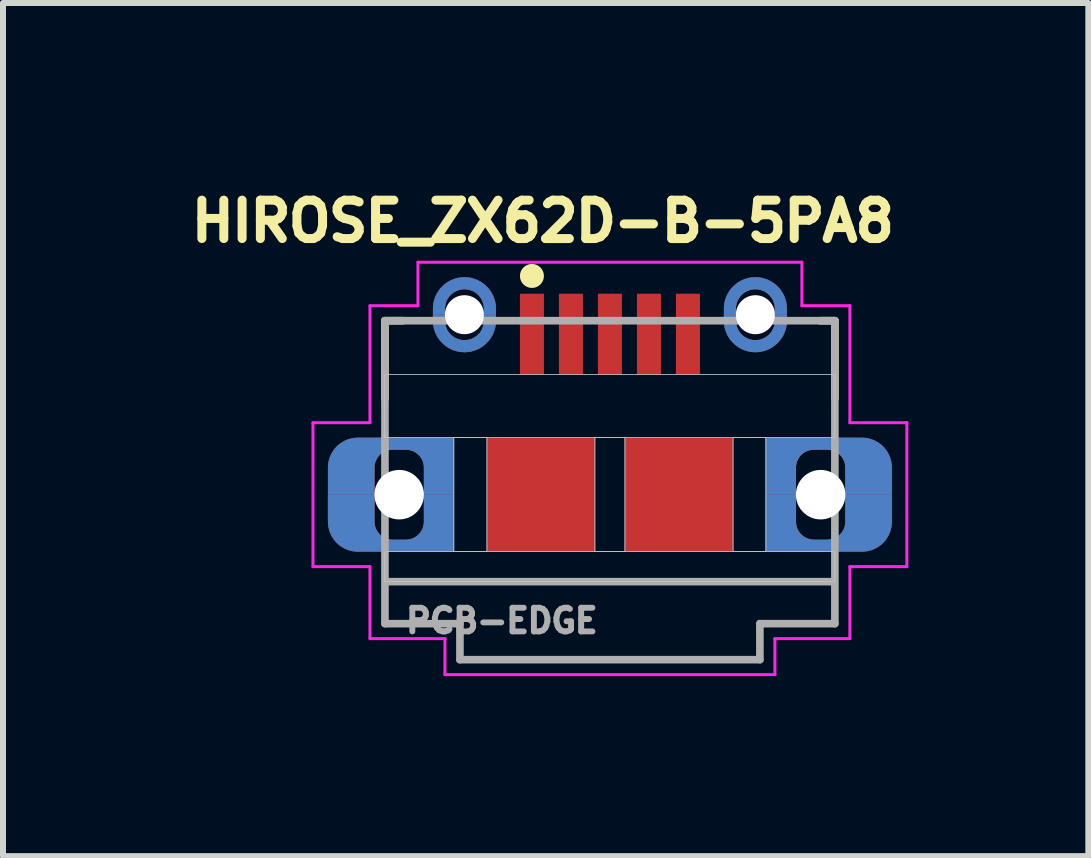
<source format=kicad_pcb>
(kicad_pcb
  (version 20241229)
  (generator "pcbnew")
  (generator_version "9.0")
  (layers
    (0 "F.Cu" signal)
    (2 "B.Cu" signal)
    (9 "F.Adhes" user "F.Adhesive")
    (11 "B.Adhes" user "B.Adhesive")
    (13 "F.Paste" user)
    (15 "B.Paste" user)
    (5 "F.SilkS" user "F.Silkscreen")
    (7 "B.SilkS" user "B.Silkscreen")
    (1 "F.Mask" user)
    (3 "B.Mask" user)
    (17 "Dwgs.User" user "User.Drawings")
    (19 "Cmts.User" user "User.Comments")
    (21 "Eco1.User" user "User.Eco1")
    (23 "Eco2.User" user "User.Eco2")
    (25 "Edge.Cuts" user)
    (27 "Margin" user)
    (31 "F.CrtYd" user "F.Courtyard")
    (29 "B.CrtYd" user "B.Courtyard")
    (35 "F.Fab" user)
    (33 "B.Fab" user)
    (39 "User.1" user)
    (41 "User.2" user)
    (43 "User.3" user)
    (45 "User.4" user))
  (footprint "HIROSE_ZX62D-B-5PA8"
    (layer "F.Cu")
    (at 7.117 5.196)
    (property "Reference" "HIROSE_ZX62D-B-5PA8" (at -1.118 -4.558 0) (layer "F.SilkS") (effects (font (size 0.64 0.64) (thickness 0.15))))
    (attr through_hole)
    (fp_poly (pts (xy -3.925 0) (xy -3.925 0.45) (xy -3.925 0.466) (xy -3.923 0.481) (xy -3.921 0.497) (xy -3.918 0.512) (xy -3.915 0.528) (xy -3.91 0.543) (xy -3.905 0.558) (xy -3.899 0.572) (xy -3.892 0.586) (xy -3.885 0.6) (xy -3.877 0.613) (xy -3.868 0.626) (xy -3.858 0.639) (xy -3.848 0.651) (xy -3.837 0.662) (xy -3.826 0.673) (xy -3.814 0.683) (xy -3.801 0.693) (xy -3.788 0.702) (xy -3.775 0.71) (xy -3.761 0.717) (xy -3.747 0.724) (xy -3.733 0.73) (xy -3.718 0.735) (xy -3.703 0.74) (xy -3.687 0.743) (xy -3.672 0.746) (xy -3.656 0.748) (xy -3.641 0.75) (xy -3.625 0.75) (xy -3.4 0.75) (xy -3.384 0.75) (xy -3.369 0.748) (xy -3.353 0.746) (xy -3.338 0.743) (xy -3.322 0.74) (xy -3.307 0.735) (xy -3.292 0.73) (xy -3.278 0.724) (xy -3.264 0.717) (xy -3.25 0.71) (xy -3.237 0.702) (xy -3.224 0.693) (xy -3.211 0.683) (xy -3.199 0.673) (xy -3.188 0.662) (xy -3.177 0.651) (xy -3.167 0.639) (xy -3.157 0.626) (xy -3.148 0.613) (xy -3.14 0.6) (xy -3.133 0.586) (xy -3.126 0.572) (xy -3.12 0.558) (xy -3.115 0.543) (xy -3.11 0.528) (xy -3.107 0.512) (xy -3.104 0.497) (xy -3.102 0.481) (xy -3.1 0.466) (xy -3.1 0.45) (xy -3.1 0) (xy -2.6 0) (xy -2.6 0.95) (xy -4.2 0.95) (xy -4.226 0.949) (xy -4.252 0.947) (xy -4.278 0.944) (xy -4.304 0.939) (xy -4.329 0.933) (xy -4.355 0.926) (xy -4.379 0.917) (xy -4.403 0.907) (xy -4.427 0.896) (xy -4.45 0.883) (xy -4.472 0.869) (xy -4.494 0.855) (xy -4.515 0.839) (xy -4.535 0.822) (xy -4.554 0.804) (xy -4.572 0.785) (xy -4.589 0.765) (xy -4.605 0.744) (xy -4.619 0.722) (xy -4.633 0.7) (xy -4.646 0.677) (xy -4.657 0.653) (xy -4.667 0.629) (xy -4.676 0.605) (xy -4.683 0.579) (xy -4.689 0.554) (xy -4.694 0.528) (xy -4.697 0.502) (xy -4.699 0.476) (xy -4.7 0.45) (xy -4.7 0) (xy -3.925 0)) (stroke (width 0.001) (type solid)) (fill yes) (layer "F.Cu"))
    (fp_poly (pts (xy 3.925 0) (xy 3.925 0.45) (xy 3.925 0.466) (xy 3.923 0.481) (xy 3.921 0.497) (xy 3.918 0.512) (xy 3.915 0.528) (xy 3.91 0.543) (xy 3.905 0.558) (xy 3.899 0.572) (xy 3.892 0.586) (xy 3.885 0.6) (xy 3.877 0.613) (xy 3.868 0.626) (xy 3.858 0.639) (xy 3.848 0.651) (xy 3.837 0.662) (xy 3.826 0.673) (xy 3.814 0.683) (xy 3.801 0.693) (xy 3.788 0.702) (xy 3.775 0.71) (xy 3.761 0.717) (xy 3.747 0.724) (xy 3.733 0.73) (xy 3.718 0.735) (xy 3.703 0.74) (xy 3.687 0.743) (xy 3.672 0.746) (xy 3.656 0.748) (xy 3.641 0.75) (xy 3.625 0.75) (xy 3.4 0.75) (xy 3.384 0.75) (xy 3.369 0.748) (xy 3.353 0.746) (xy 3.338 0.743) (xy 3.322 0.74) (xy 3.307 0.735) (xy 3.292 0.73) (xy 3.278 0.724) (xy 3.264 0.717) (xy 3.25 0.71) (xy 3.237 0.702) (xy 3.224 0.693) (xy 3.211 0.683) (xy 3.199 0.673) (xy 3.188 0.662) (xy 3.177 0.651) (xy 3.167 0.639) (xy 3.157 0.626) (xy 3.148 0.613) (xy 3.14 0.6) (xy 3.133 0.586) (xy 3.126 0.572) (xy 3.12 0.558) (xy 3.115 0.543) (xy 3.11 0.528) (xy 3.107 0.512) (xy 3.104 0.497) (xy 3.102 0.481) (xy 3.1 0.466) (xy 3.1 0.45) (xy 3.1 0) (xy 2.6 0) (xy 2.6 0.95) (xy 4.2 0.95) (xy 4.226 0.949) (xy 4.252 0.947) (xy 4.278 0.944) (xy 4.304 0.939) (xy 4.329 0.933) (xy 4.355 0.926) (xy 4.379 0.917) (xy 4.403 0.907) (xy 4.427 0.896) (xy 4.45 0.883) (xy 4.472 0.869) (xy 4.494 0.855) (xy 4.515 0.839) (xy 4.535 0.822) (xy 4.554 0.804) (xy 4.572 0.785) (xy 4.589 0.765) (xy 4.605 0.744) (xy 4.619 0.722) (xy 4.633 0.7) (xy 4.646 0.677) (xy 4.657 0.653) (xy 4.667 0.629) (xy 4.676 0.605) (xy 4.683 0.579) (xy 4.689 0.554) (xy 4.694 0.528) (xy 4.697 0.502) (xy 4.699 0.476) (xy 4.7 0.45) (xy 4.7 0) (xy 3.925 0)) (stroke (width 0.001) (type solid)) (fill yes) (layer "F.Cu"))
    (fp_poly (pts (xy -2.1 -3) (xy -2.1 -2.9) (xy -2.1 -2.883) (xy -2.102 -2.866) (xy -2.104 -2.849) (xy -2.107 -2.832) (xy -2.111 -2.816) (xy -2.116 -2.8) (xy -2.122 -2.784) (xy -2.128 -2.768) (xy -2.135 -2.752) (xy -2.144 -2.737) (xy -2.152 -2.723) (xy -2.162 -2.709) (xy -2.172 -2.695) (xy -2.183 -2.683) (xy -2.195 -2.67) (xy -2.208 -2.658) (xy -2.22 -2.647) (xy -2.234 -2.637) (xy -2.248 -2.627) (xy -2.263 -2.619) (xy -2.277 -2.61) (xy -2.293 -2.603) (xy -2.309 -2.597) (xy -2.325 -2.591) (xy -2.341 -2.586) (xy -2.357 -2.582) (xy -2.374 -2.579) (xy -2.391 -2.577) (xy -2.408 -2.575) (xy -2.425 -2.575) (xy -2.442 -2.575) (xy -2.459 -2.577) (xy -2.476 -2.579) (xy -2.493 -2.582) (xy -2.509 -2.586) (xy -2.525 -2.591) (xy -2.541 -2.597) (xy -2.557 -2.603) (xy -2.573 -2.61) (xy -2.587 -2.619) (xy -2.602 -2.627) (xy -2.616 -2.637) (xy -2.63 -2.647) (xy -2.642 -2.658) (xy -2.655 -2.67) (xy -2.667 -2.683) (xy -2.678 -2.695) (xy -2.688 -2.709) (xy -2.698 -2.723) (xy -2.706 -2.737) (xy -2.715 -2.752) (xy -2.722 -2.768) (xy -2.728 -2.784) (xy -2.734 -2.8) (xy -2.739 -2.816) (xy -2.743 -2.832) (xy -2.746 -2.849) (xy -2.748 -2.866) (xy -2.75 -2.883) (xy -2.75 -2.9) (xy -2.75 -3) (xy -2.95 -3) (xy -2.95 -2.9) (xy -2.949 -2.873) (xy -2.947 -2.845) (xy -2.944 -2.818) (xy -2.939 -2.791) (xy -2.932 -2.764) (xy -2.924 -2.738) (xy -2.915 -2.712) (xy -2.905 -2.686) (xy -2.893 -2.662) (xy -2.88 -2.638) (xy -2.865 -2.614) (xy -2.85 -2.591) (xy -2.833 -2.57) (xy -2.815 -2.549) (xy -2.796 -2.529) (xy -2.776 -2.51) (xy -2.755 -2.492) (xy -2.734 -2.475) (xy -2.711 -2.46) (xy -2.688 -2.445) (xy -2.663 -2.432) (xy -2.639 -2.42) (xy -2.613 -2.41) (xy -2.587 -2.401) (xy -2.561 -2.393) (xy -2.534 -2.386) (xy -2.507 -2.381) (xy -2.48 -2.378) (xy -2.452 -2.376) (xy -2.425 -2.375) (xy -2.398 -2.376) (xy -2.37 -2.378) (xy -2.343 -2.381) (xy -2.316 -2.386) (xy -2.289 -2.393) (xy -2.263 -2.401) (xy -2.237 -2.41) (xy -2.211 -2.42) (xy -2.187 -2.432) (xy -2.162 -2.445) (xy -2.139 -2.46) (xy -2.116 -2.475) (xy -2.095 -2.492) (xy -2.074 -2.51) (xy -2.054 -2.529) (xy -2.035 -2.549) (xy -2.017 -2.57) (xy -2 -2.591) (xy -1.985 -2.614) (xy -1.97 -2.638) (xy -1.957 -2.662) (xy -1.945 -2.686) (xy -1.935 -2.712) (xy -1.926 -2.738) (xy -1.918 -2.764) (xy -1.911 -2.791) (xy -1.906 -2.818) (xy -1.903 -2.845) (xy -1.901 -2.873) (xy -1.9 -2.9) (xy -1.9 -3) (xy -2.1 -3)) (stroke (width 0.001) (type solid)) (fill yes) (layer "F.Cu"))
    (fp_poly (pts (xy 2.75 -3) (xy 2.75 -2.9) (xy 2.75 -2.883) (xy 2.748 -2.866) (xy 2.746 -2.849) (xy 2.743 -2.832) (xy 2.739 -2.816) (xy 2.734 -2.8) (xy 2.728 -2.784) (xy 2.722 -2.768) (xy 2.715 -2.752) (xy 2.706 -2.737) (xy 2.698 -2.723) (xy 2.688 -2.709) (xy 2.678 -2.695) (xy 2.667 -2.683) (xy 2.655 -2.67) (xy 2.642 -2.658) (xy 2.63 -2.647) (xy 2.616 -2.637) (xy 2.602 -2.627) (xy 2.587 -2.619) (xy 2.573 -2.61) (xy 2.557 -2.603) (xy 2.541 -2.597) (xy 2.525 -2.591) (xy 2.509 -2.586) (xy 2.493 -2.582) (xy 2.476 -2.579) (xy 2.459 -2.577) (xy 2.442 -2.575) (xy 2.425 -2.575) (xy 2.408 -2.575) (xy 2.391 -2.577) (xy 2.374 -2.579) (xy 2.357 -2.582) (xy 2.341 -2.586) (xy 2.325 -2.591) (xy 2.309 -2.597) (xy 2.293 -2.603) (xy 2.277 -2.61) (xy 2.263 -2.619) (xy 2.248 -2.627) (xy 2.234 -2.637) (xy 2.22 -2.647) (xy 2.208 -2.658) (xy 2.195 -2.67) (xy 2.183 -2.683) (xy 2.172 -2.695) (xy 2.162 -2.709) (xy 2.152 -2.723) (xy 2.144 -2.737) (xy 2.135 -2.752) (xy 2.128 -2.768) (xy 2.122 -2.784) (xy 2.116 -2.8) (xy 2.111 -2.816) (xy 2.107 -2.832) (xy 2.104 -2.849) (xy 2.102 -2.866) (xy 2.1 -2.883) (xy 2.1 -2.9) (xy 2.1 -3) (xy 1.9 -3) (xy 1.9 -2.9) (xy 1.901 -2.873) (xy 1.903 -2.845) (xy 1.906 -2.818) (xy 1.911 -2.791) (xy 1.918 -2.764) (xy 1.926 -2.738) (xy 1.935 -2.712) (xy 1.945 -2.686) (xy 1.957 -2.662) (xy 1.97 -2.638) (xy 1.985 -2.614) (xy 2 -2.591) (xy 2.017 -2.57) (xy 2.035 -2.549) (xy 2.054 -2.529) (xy 2.074 -2.51) (xy 2.095 -2.492) (xy 2.116 -2.475) (xy 2.139 -2.46) (xy 2.163 -2.445) (xy 2.187 -2.432) (xy 2.211 -2.42) (xy 2.237 -2.41) (xy 2.263 -2.401) (xy 2.289 -2.393) (xy 2.316 -2.386) (xy 2.343 -2.381) (xy 2.37 -2.378) (xy 2.398 -2.376) (xy 2.425 -2.375) (xy 2.452 -2.376) (xy 2.48 -2.378) (xy 2.507 -2.381) (xy 2.534 -2.386) (xy 2.561 -2.393) (xy 2.587 -2.401) (xy 2.613 -2.41) (xy 2.639 -2.42) (xy 2.663 -2.432) (xy 2.688 -2.445) (xy 2.711 -2.46) (xy 2.734 -2.475) (xy 2.755 -2.492) (xy 2.776 -2.51) (xy 2.796 -2.529) (xy 2.815 -2.549) (xy 2.833 -2.57) (xy 2.85 -2.591) (xy 2.865 -2.614) (xy 2.88 -2.638) (xy 2.893 -2.662) (xy 2.905 -2.686) (xy 2.915 -2.712) (xy 2.924 -2.738) (xy 2.932 -2.764) (xy 2.939 -2.791) (xy 2.944 -2.818) (xy 2.947 -2.845) (xy 2.949 -2.873) (xy 2.95 -2.9) (xy 2.95 -3) (xy 2.75 -3)) (stroke (width 0.001) (type solid)) (fill yes) (layer "F.Cu"))
    (fp_poly (pts (xy -4.956 -1.25) (xy -2.35 -1.25) (xy -2.35 1.251) (xy -4.956 1.251)) (stroke (width 0.01) (type solid)) (fill yes) (layer "F.Mask"))
    (fp_poly (pts (xy -3.129 -3.8) (xy -1.75 -3.8) (xy -1.75 -2.203) (xy -3.129 -2.203)) (stroke (width 0.01) (type solid)) (fill yes) (layer "F.Mask"))
    (fp_poly (pts (xy 1.728 -3.8) (xy 3.1 -3.8) (xy 3.1 -2.204) (xy 1.728 -2.204)) (stroke (width 0.01) (type solid)) (fill yes) (layer "F.Mask"))
    (fp_poly (pts (xy 2.354 -1.25) (xy 4.9 -1.25) (xy 4.9 1.252) (xy 2.354 1.252)) (stroke (width 0.01) (type solid)) (fill yes) (layer "F.Mask"))
    (fp_poly (pts (xy -3.925 0) (xy -3.925 -0.45) (xy -3.925 -0.466) (xy -3.923 -0.481) (xy -3.921 -0.497) (xy -3.918 -0.512) (xy -3.915 -0.528) (xy -3.91 -0.543) (xy -3.905 -0.558) (xy -3.899 -0.572) (xy -3.892 -0.586) (xy -3.885 -0.6) (xy -3.877 -0.613) (xy -3.868 -0.626) (xy -3.858 -0.639) (xy -3.848 -0.651) (xy -3.837 -0.662) (xy -3.826 -0.673) (xy -3.814 -0.683) (xy -3.801 -0.693) (xy -3.788 -0.702) (xy -3.775 -0.71) (xy -3.761 -0.717) (xy -3.747 -0.724) (xy -3.733 -0.73) (xy -3.718 -0.735) (xy -3.703 -0.74) (xy -3.687 -0.743) (xy -3.672 -0.746) (xy -3.656 -0.748) (xy -3.641 -0.75) (xy -3.625 -0.75) (xy -3.4 -0.75) (xy -3.384 -0.75) (xy -3.369 -0.748) (xy -3.353 -0.746) (xy -3.338 -0.743) (xy -3.322 -0.74) (xy -3.307 -0.735) (xy -3.292 -0.73) (xy -3.278 -0.724) (xy -3.264 -0.717) (xy -3.25 -0.71) (xy -3.237 -0.702) (xy -3.224 -0.693) (xy -3.211 -0.683) (xy -3.199 -0.673) (xy -3.188 -0.662) (xy -3.177 -0.651) (xy -3.167 -0.639) (xy -3.157 -0.626) (xy -3.148 -0.613) (xy -3.14 -0.6) (xy -3.133 -0.586) (xy -3.126 -0.572) (xy -3.12 -0.558) (xy -3.115 -0.543) (xy -3.11 -0.528) (xy -3.107 -0.512) (xy -3.104 -0.497) (xy -3.102 -0.481) (xy -3.1 -0.466) (xy -3.1 -0.45) (xy -3.1 0) (xy -2.6 0) (xy -2.6 -0.95) (xy -4.2 -0.95) (xy -4.226 -0.949) (xy -4.252 -0.947) (xy -4.278 -0.944) (xy -4.304 -0.939) (xy -4.329 -0.933) (xy -4.355 -0.926) (xy -4.379 -0.917) (xy -4.403 -0.907) (xy -4.427 -0.896) (xy -4.45 -0.883) (xy -4.472 -0.869) (xy -4.494 -0.855) (xy -4.515 -0.839) (xy -4.535 -0.822) (xy -4.554 -0.804) (xy -4.572 -0.785) (xy -4.589 -0.765) (xy -4.605 -0.744) (xy -4.619 -0.722) (xy -4.633 -0.7) (xy -4.646 -0.677) (xy -4.657 -0.653) (xy -4.667 -0.629) (xy -4.676 -0.605) (xy -4.683 -0.579) (xy -4.689 -0.554) (xy -4.694 -0.528) (xy -4.697 -0.502) (xy -4.699 -0.476) (xy -4.7 -0.45) (xy -4.7 0) (xy -3.925 0)) (stroke (width 0.001) (type solid)) (fill yes) (layer "B.Cu"))
    (fp_poly (pts (xy -3.925 0) (xy -3.925 0.45) (xy -3.925 0.466) (xy -3.923 0.481) (xy -3.921 0.497) (xy -3.918 0.512) (xy -3.915 0.528) (xy -3.91 0.543) (xy -3.905 0.558) (xy -3.899 0.572) (xy -3.892 0.586) (xy -3.885 0.6) (xy -3.877 0.613) (xy -3.868 0.626) (xy -3.858 0.639) (xy -3.848 0.651) (xy -3.837 0.662) (xy -3.826 0.673) (xy -3.814 0.683) (xy -3.801 0.693) (xy -3.788 0.702) (xy -3.775 0.71) (xy -3.761 0.717) (xy -3.747 0.724) (xy -3.733 0.73) (xy -3.718 0.735) (xy -3.703 0.74) (xy -3.687 0.743) (xy -3.672 0.746) (xy -3.656 0.748) (xy -3.641 0.75) (xy -3.625 0.75) (xy -3.4 0.75) (xy -3.384 0.75) (xy -3.369 0.748) (xy -3.353 0.746) (xy -3.338 0.743) (xy -3.322 0.74) (xy -3.307 0.735) (xy -3.292 0.73) (xy -3.278 0.724) (xy -3.264 0.717) (xy -3.25 0.71) (xy -3.237 0.702) (xy -3.224 0.693) (xy -3.211 0.683) (xy -3.199 0.673) (xy -3.188 0.662) (xy -3.177 0.651) (xy -3.167 0.639) (xy -3.157 0.626) (xy -3.148 0.613) (xy -3.14 0.6) (xy -3.133 0.586) (xy -3.126 0.572) (xy -3.12 0.558) (xy -3.115 0.543) (xy -3.11 0.528) (xy -3.107 0.512) (xy -3.104 0.497) (xy -3.102 0.481) (xy -3.1 0.466) (xy -3.1 0.45) (xy -3.1 0) (xy -2.6 0) (xy -2.6 0.95) (xy -4.2 0.95) (xy -4.226 0.949) (xy -4.252 0.947) (xy -4.278 0.944) (xy -4.304 0.939) (xy -4.329 0.933) (xy -4.355 0.926) (xy -4.379 0.917) (xy -4.403 0.907) (xy -4.427 0.896) (xy -4.45 0.883) (xy -4.472 0.869) (xy -4.494 0.855) (xy -4.515 0.839) (xy -4.535 0.822) (xy -4.554 0.804) (xy -4.572 0.785) (xy -4.589 0.765) (xy -4.605 0.744) (xy -4.619 0.722) (xy -4.633 0.7) (xy -4.646 0.677) (xy -4.657 0.653) (xy -4.667 0.629) (xy -4.676 0.605) (xy -4.683 0.579) (xy -4.689 0.554) (xy -4.694 0.528) (xy -4.697 0.502) (xy -4.699 0.476) (xy -4.7 0.45) (xy -4.7 0) (xy -3.925 0)) (stroke (width 0.001) (type solid)) (fill yes) (layer "B.Cu"))
    (fp_poly (pts (xy 3.925 0) (xy 3.925 -0.45) (xy 3.925 -0.466) (xy 3.923 -0.481) (xy 3.921 -0.497) (xy 3.918 -0.512) (xy 3.915 -0.528) (xy 3.91 -0.543) (xy 3.905 -0.558) (xy 3.899 -0.572) (xy 3.892 -0.586) (xy 3.885 -0.6) (xy 3.877 -0.613) (xy 3.868 -0.626) (xy 3.858 -0.639) (xy 3.848 -0.651) (xy 3.837 -0.662) (xy 3.826 -0.673) (xy 3.814 -0.683) (xy 3.801 -0.693) (xy 3.788 -0.702) (xy 3.775 -0.71) (xy 3.761 -0.717) (xy 3.747 -0.724) (xy 3.733 -0.73) (xy 3.718 -0.735) (xy 3.703 -0.74) (xy 3.687 -0.743) (xy 3.672 -0.746) (xy 3.656 -0.748) (xy 3.641 -0.75) (xy 3.625 -0.75) (xy 3.4 -0.75) (xy 3.384 -0.75) (xy 3.369 -0.748) (xy 3.353 -0.746) (xy 3.338 -0.743) (xy 3.322 -0.74) (xy 3.307 -0.735) (xy 3.292 -0.73) (xy 3.278 -0.724) (xy 3.264 -0.717) (xy 3.25 -0.71) (xy 3.237 -0.702) (xy 3.224 -0.693) (xy 3.211 -0.683) (xy 3.199 -0.673) (xy 3.188 -0.662) (xy 3.177 -0.651) (xy 3.167 -0.639) (xy 3.157 -0.626) (xy 3.148 -0.613) (xy 3.14 -0.6) (xy 3.133 -0.586) (xy 3.126 -0.572) (xy 3.12 -0.558) (xy 3.115 -0.543) (xy 3.11 -0.528) (xy 3.107 -0.512) (xy 3.104 -0.497) (xy 3.102 -0.481) (xy 3.1 -0.466) (xy 3.1 -0.45) (xy 3.1 0) (xy 2.6 0) (xy 2.6 -0.95) (xy 4.2 -0.95) (xy 4.226 -0.949) (xy 4.252 -0.947) (xy 4.278 -0.944) (xy 4.304 -0.939) (xy 4.329 -0.933) (xy 4.355 -0.926) (xy 4.379 -0.917) (xy 4.403 -0.907) (xy 4.427 -0.896) (xy 4.45 -0.883) (xy 4.472 -0.869) (xy 4.494 -0.855) (xy 4.515 -0.839) (xy 4.535 -0.822) (xy 4.554 -0.804) (xy 4.572 -0.785) (xy 4.589 -0.765) (xy 4.605 -0.744) (xy 4.619 -0.722) (xy 4.633 -0.7) (xy 4.646 -0.677) (xy 4.657 -0.653) (xy 4.667 -0.629) (xy 4.676 -0.605) (xy 4.683 -0.579) (xy 4.689 -0.554) (xy 4.694 -0.528) (xy 4.697 -0.502) (xy 4.699 -0.476) (xy 4.7 -0.45) (xy 4.7 0) (xy 3.925 0)) (stroke (width 0.001) (type solid)) (fill yes) (layer "B.Cu"))
    (fp_poly (pts (xy 3.925 0) (xy 3.925 0.45) (xy 3.925 0.466) (xy 3.923 0.481) (xy 3.921 0.497) (xy 3.918 0.512) (xy 3.915 0.528) (xy 3.91 0.543) (xy 3.905 0.558) (xy 3.899 0.572) (xy 3.892 0.586) (xy 3.885 0.6) (xy 3.877 0.613) (xy 3.868 0.626) (xy 3.858 0.639) (xy 3.848 0.651) (xy 3.837 0.662) (xy 3.826 0.673) (xy 3.814 0.683) (xy 3.801 0.693) (xy 3.788 0.702) (xy 3.775 0.71) (xy 3.761 0.717) (xy 3.747 0.724) (xy 3.733 0.73) (xy 3.718 0.735) (xy 3.703 0.74) (xy 3.687 0.743) (xy 3.672 0.746) (xy 3.656 0.748) (xy 3.641 0.75) (xy 3.625 0.75) (xy 3.4 0.75) (xy 3.384 0.75) (xy 3.369 0.748) (xy 3.353 0.746) (xy 3.338 0.743) (xy 3.322 0.74) (xy 3.307 0.735) (xy 3.292 0.73) (xy 3.278 0.724) (xy 3.264 0.717) (xy 3.25 0.71) (xy 3.237 0.702) (xy 3.224 0.693) (xy 3.211 0.683) (xy 3.199 0.673) (xy 3.188 0.662) (xy 3.177 0.651) (xy 3.167 0.639) (xy 3.157 0.626) (xy 3.148 0.613) (xy 3.14 0.6) (xy 3.133 0.586) (xy 3.126 0.572) (xy 3.12 0.558) (xy 3.115 0.543) (xy 3.11 0.528) (xy 3.107 0.512) (xy 3.104 0.497) (xy 3.102 0.481) (xy 3.1 0.466) (xy 3.1 0.45) (xy 3.1 0) (xy 2.6 0) (xy 2.6 0.95) (xy 4.2 0.95) (xy 4.226 0.949) (xy 4.252 0.947) (xy 4.278 0.944) (xy 4.304 0.939) (xy 4.329 0.933) (xy 4.355 0.926) (xy 4.379 0.917) (xy 4.403 0.907) (xy 4.427 0.896) (xy 4.45 0.883) (xy 4.472 0.869) (xy 4.494 0.855) (xy 4.515 0.839) (xy 4.535 0.822) (xy 4.554 0.804) (xy 4.572 0.785) (xy 4.589 0.765) (xy 4.605 0.744) (xy 4.619 0.722) (xy 4.633 0.7) (xy 4.646 0.677) (xy 4.657 0.653) (xy 4.667 0.629) (xy 4.676 0.605) (xy 4.683 0.579) (xy 4.689 0.554) (xy 4.694 0.528) (xy 4.697 0.502) (xy 4.699 0.476) (xy 4.7 0.45) (xy 4.7 0) (xy 3.925 0)) (stroke (width 0.001) (type solid)) (fill yes) (layer "B.Cu"))
    (fp_poly (pts (xy -2.75 -3) (xy -2.75 -3.1) (xy -2.75 -3.117) (xy -2.748 -3.134) (xy -2.746 -3.151) (xy -2.743 -3.168) (xy -2.739 -3.184) (xy -2.734 -3.2) (xy -2.728 -3.216) (xy -2.722 -3.232) (xy -2.715 -3.248) (xy -2.706 -3.263) (xy -2.698 -3.277) (xy -2.688 -3.291) (xy -2.678 -3.305) (xy -2.667 -3.317) (xy -2.655 -3.33) (xy -2.642 -3.342) (xy -2.63 -3.353) (xy -2.616 -3.363) (xy -2.602 -3.373) (xy -2.587 -3.381) (xy -2.573 -3.39) (xy -2.557 -3.397) (xy -2.541 -3.403) (xy -2.525 -3.409) (xy -2.509 -3.414) (xy -2.493 -3.418) (xy -2.476 -3.421) (xy -2.459 -3.423) (xy -2.442 -3.425) (xy -2.425 -3.425) (xy -2.408 -3.425) (xy -2.391 -3.423) (xy -2.374 -3.421) (xy -2.357 -3.418) (xy -2.341 -3.414) (xy -2.325 -3.409) (xy -2.309 -3.403) (xy -2.293 -3.397) (xy -2.277 -3.39) (xy -2.263 -3.381) (xy -2.248 -3.373) (xy -2.234 -3.363) (xy -2.22 -3.353) (xy -2.208 -3.342) (xy -2.195 -3.33) (xy -2.183 -3.317) (xy -2.172 -3.305) (xy -2.162 -3.291) (xy -2.152 -3.277) (xy -2.144 -3.263) (xy -2.135 -3.248) (xy -2.128 -3.232) (xy -2.122 -3.216) (xy -2.116 -3.2) (xy -2.111 -3.184) (xy -2.107 -3.168) (xy -2.104 -3.151) (xy -2.102 -3.134) (xy -2.1 -3.117) (xy -2.1 -3.1) (xy -2.1 -3) (xy -1.9 -3) (xy -1.9 -3.1) (xy -1.901 -3.127) (xy -1.903 -3.155) (xy -1.906 -3.182) (xy -1.911 -3.209) (xy -1.918 -3.236) (xy -1.926 -3.262) (xy -1.935 -3.288) (xy -1.945 -3.314) (xy -1.957 -3.338) (xy -1.97 -3.362) (xy -1.985 -3.386) (xy -2 -3.409) (xy -2.017 -3.43) (xy -2.035 -3.451) (xy -2.054 -3.471) (xy -2.074 -3.49) (xy -2.095 -3.508) (xy -2.116 -3.525) (xy -2.139 -3.54) (xy -2.162 -3.555) (xy -2.187 -3.568) (xy -2.211 -3.58) (xy -2.237 -3.59) (xy -2.263 -3.599) (xy -2.289 -3.607) (xy -2.316 -3.614) (xy -2.343 -3.619) (xy -2.37 -3.622) (xy -2.398 -3.624) (xy -2.425 -3.625) (xy -2.452 -3.624) (xy -2.48 -3.622) (xy -2.507 -3.619) (xy -2.534 -3.614) (xy -2.561 -3.607) (xy -2.587 -3.599) (xy -2.613 -3.59) (xy -2.639 -3.58) (xy -2.663 -3.568) (xy -2.688 -3.555) (xy -2.711 -3.54) (xy -2.734 -3.525) (xy -2.755 -3.508) (xy -2.776 -3.49) (xy -2.796 -3.471) (xy -2.815 -3.451) (xy -2.833 -3.43) (xy -2.85 -3.409) (xy -2.865 -3.386) (xy -2.88 -3.362) (xy -2.893 -3.338) (xy -2.905 -3.314) (xy -2.915 -3.288) (xy -2.924 -3.262) (xy -2.932 -3.236) (xy -2.939 -3.209) (xy -2.944 -3.182) (xy -2.947 -3.155) (xy -2.949 -3.127) (xy -2.95 -3.1) (xy -2.95 -3) (xy -2.75 -3)) (stroke (width 0.001) (type solid)) (fill yes) (layer "B.Cu"))
    (fp_poly (pts (xy -2.1 -3) (xy -2.1 -2.9) (xy -2.1 -2.883) (xy -2.102 -2.866) (xy -2.104 -2.849) (xy -2.107 -2.832) (xy -2.111 -2.816) (xy -2.116 -2.8) (xy -2.122 -2.784) (xy -2.128 -2.768) (xy -2.135 -2.752) (xy -2.144 -2.737) (xy -2.152 -2.723) (xy -2.162 -2.709) (xy -2.172 -2.695) (xy -2.183 -2.683) (xy -2.195 -2.67) (xy -2.208 -2.658) (xy -2.22 -2.647) (xy -2.234 -2.637) (xy -2.248 -2.627) (xy -2.263 -2.619) (xy -2.277 -2.61) (xy -2.293 -2.603) (xy -2.309 -2.597) (xy -2.325 -2.591) (xy -2.341 -2.586) (xy -2.357 -2.582) (xy -2.374 -2.579) (xy -2.391 -2.577) (xy -2.408 -2.575) (xy -2.425 -2.575) (xy -2.442 -2.575) (xy -2.459 -2.577) (xy -2.476 -2.579) (xy -2.493 -2.582) (xy -2.509 -2.586) (xy -2.525 -2.591) (xy -2.541 -2.597) (xy -2.557 -2.603) (xy -2.573 -2.61) (xy -2.587 -2.619) (xy -2.602 -2.627) (xy -2.616 -2.637) (xy -2.63 -2.647) (xy -2.642 -2.658) (xy -2.655 -2.67) (xy -2.667 -2.683) (xy -2.678 -2.695) (xy -2.688 -2.709) (xy -2.698 -2.723) (xy -2.706 -2.737) (xy -2.715 -2.752) (xy -2.722 -2.768) (xy -2.728 -2.784) (xy -2.734 -2.8) (xy -2.739 -2.816) (xy -2.743 -2.832) (xy -2.746 -2.849) (xy -2.748 -2.866) (xy -2.75 -2.883) (xy -2.75 -2.9) (xy -2.75 -3) (xy -2.95 -3) (xy -2.95 -2.9) (xy -2.949 -2.873) (xy -2.947 -2.845) (xy -2.944 -2.818) (xy -2.939 -2.791) (xy -2.932 -2.764) (xy -2.924 -2.738) (xy -2.915 -2.712) (xy -2.905 -2.686) (xy -2.893 -2.662) (xy -2.88 -2.638) (xy -2.865 -2.614) (xy -2.85 -2.591) (xy -2.833 -2.57) (xy -2.815 -2.549) (xy -2.796 -2.529) (xy -2.776 -2.51) (xy -2.755 -2.492) (xy -2.734 -2.475) (xy -2.711 -2.46) (xy -2.688 -2.445) (xy -2.663 -2.432) (xy -2.639 -2.42) (xy -2.613 -2.41) (xy -2.587 -2.401) (xy -2.561 -2.393) (xy -2.534 -2.386) (xy -2.507 -2.381) (xy -2.48 -2.378) (xy -2.452 -2.376) (xy -2.425 -2.375) (xy -2.398 -2.376) (xy -2.37 -2.378) (xy -2.343 -2.381) (xy -2.316 -2.386) (xy -2.289 -2.393) (xy -2.263 -2.401) (xy -2.237 -2.41) (xy -2.211 -2.42) (xy -2.187 -2.432) (xy -2.162 -2.445) (xy -2.139 -2.46) (xy -2.116 -2.475) (xy -2.095 -2.492) (xy -2.074 -2.51) (xy -2.054 -2.529) (xy -2.035 -2.549) (xy -2.017 -2.57) (xy -2 -2.591) (xy -1.985 -2.614) (xy -1.97 -2.638) (xy -1.957 -2.662) (xy -1.945 -2.686) (xy -1.935 -2.712) (xy -1.926 -2.738) (xy -1.918 -2.764) (xy -1.911 -2.791) (xy -1.906 -2.818) (xy -1.903 -2.845) (xy -1.901 -2.873) (xy -1.9 -2.9) (xy -1.9 -3) (xy -2.1 -3)) (stroke (width 0.001) (type solid)) (fill yes) (layer "B.Cu"))
    (fp_poly (pts (xy 2.1 -3) (xy 2.1 -3.1) (xy 2.1 -3.117) (xy 2.102 -3.134) (xy 2.104 -3.151) (xy 2.107 -3.168) (xy 2.111 -3.184) (xy 2.116 -3.2) (xy 2.122 -3.216) (xy 2.128 -3.232) (xy 2.135 -3.248) (xy 2.144 -3.263) (xy 2.152 -3.277) (xy 2.162 -3.291) (xy 2.172 -3.305) (xy 2.183 -3.317) (xy 2.195 -3.33) (xy 2.208 -3.342) (xy 2.22 -3.353) (xy 2.234 -3.363) (xy 2.248 -3.373) (xy 2.263 -3.381) (xy 2.277 -3.39) (xy 2.293 -3.397) (xy 2.309 -3.403) (xy 2.325 -3.409) (xy 2.341 -3.414) (xy 2.357 -3.418) (xy 2.374 -3.421) (xy 2.391 -3.423) (xy 2.408 -3.425) (xy 2.425 -3.425) (xy 2.442 -3.425) (xy 2.459 -3.423) (xy 2.476 -3.421) (xy 2.493 -3.418) (xy 2.509 -3.414) (xy 2.525 -3.409) (xy 2.541 -3.403) (xy 2.557 -3.397) (xy 2.573 -3.39) (xy 2.587 -3.381) (xy 2.602 -3.373) (xy 2.616 -3.363) (xy 2.63 -3.353) (xy 2.642 -3.342) (xy 2.655 -3.33) (xy 2.667 -3.317) (xy 2.678 -3.305) (xy 2.688 -3.291) (xy 2.698 -3.277) (xy 2.706 -3.263) (xy 2.715 -3.248) (xy 2.722 -3.232) (xy 2.728 -3.216) (xy 2.734 -3.2) (xy 2.739 -3.184) (xy 2.743 -3.168) (xy 2.746 -3.151) (xy 2.748 -3.134) (xy 2.75 -3.117) (xy 2.75 -3.1) (xy 2.75 -3) (xy 2.95 -3) (xy 2.95 -3.1) (xy 2.949 -3.127) (xy 2.947 -3.155) (xy 2.944 -3.182) (xy 2.939 -3.209) (xy 2.932 -3.236) (xy 2.924 -3.262) (xy 2.915 -3.288) (xy 2.905 -3.314) (xy 2.893 -3.338) (xy 2.88 -3.362) (xy 2.865 -3.386) (xy 2.85 -3.409) (xy 2.833 -3.43) (xy 2.815 -3.451) (xy 2.796 -3.471) (xy 2.776 -3.49) (xy 2.755 -3.508) (xy 2.734 -3.525) (xy 2.711 -3.54) (xy 2.688 -3.555) (xy 2.663 -3.568) (xy 2.639 -3.58) (xy 2.613 -3.59) (xy 2.587 -3.599) (xy 2.561 -3.607) (xy 2.534 -3.614) (xy 2.507 -3.619) (xy 2.48 -3.622) (xy 2.452 -3.624) (xy 2.425 -3.625) (xy 2.398 -3.624) (xy 2.37 -3.622) (xy 2.343 -3.619) (xy 2.316 -3.614) (xy 2.289 -3.607) (xy 2.263 -3.599) (xy 2.237 -3.59) (xy 2.211 -3.58) (xy 2.187 -3.568) (xy 2.163 -3.555) (xy 2.139 -3.54) (xy 2.116 -3.525) (xy 2.095 -3.508) (xy 2.074 -3.49) (xy 2.054 -3.471) (xy 2.035 -3.451) (xy 2.017 -3.43) (xy 2 -3.409) (xy 1.985 -3.386) (xy 1.97 -3.362) (xy 1.957 -3.338) (xy 1.945 -3.314) (xy 1.935 -3.288) (xy 1.926 -3.262) (xy 1.918 -3.236) (xy 1.911 -3.209) (xy 1.906 -3.182) (xy 1.903 -3.155) (xy 1.901 -3.127) (xy 1.9 -3.1) (xy 1.9 -3) (xy 2.1 -3)) (stroke (width 0.001) (type solid)) (fill yes) (layer "B.Cu"))
    (fp_poly (pts (xy 2.75 -3) (xy 2.75 -2.9) (xy 2.75 -2.883) (xy 2.748 -2.866) (xy 2.746 -2.849) (xy 2.743 -2.832) (xy 2.739 -2.816) (xy 2.734 -2.8) (xy 2.728 -2.784) (xy 2.722 -2.768) (xy 2.715 -2.752) (xy 2.706 -2.737) (xy 2.698 -2.723) (xy 2.688 -2.709) (xy 2.678 -2.695) (xy 2.667 -2.683) (xy 2.655 -2.67) (xy 2.642 -2.658) (xy 2.63 -2.647) (xy 2.616 -2.637) (xy 2.602 -2.627) (xy 2.587 -2.619) (xy 2.573 -2.61) (xy 2.557 -2.603) (xy 2.541 -2.597) (xy 2.525 -2.591) (xy 2.509 -2.586) (xy 2.493 -2.582) (xy 2.476 -2.579) (xy 2.459 -2.577) (xy 2.442 -2.575) (xy 2.425 -2.575) (xy 2.408 -2.575) (xy 2.391 -2.577) (xy 2.374 -2.579) (xy 2.357 -2.582) (xy 2.341 -2.586) (xy 2.325 -2.591) (xy 2.309 -2.597) (xy 2.293 -2.603) (xy 2.277 -2.61) (xy 2.263 -2.619) (xy 2.248 -2.627) (xy 2.234 -2.637) (xy 2.22 -2.647) (xy 2.208 -2.658) (xy 2.195 -2.67) (xy 2.183 -2.683) (xy 2.172 -2.695) (xy 2.162 -2.709) (xy 2.152 -2.723) (xy 2.144 -2.737) (xy 2.135 -2.752) (xy 2.128 -2.768) (xy 2.122 -2.784) (xy 2.116 -2.8) (xy 2.111 -2.816) (xy 2.107 -2.832) (xy 2.104 -2.849) (xy 2.102 -2.866) (xy 2.1 -2.883) (xy 2.1 -2.9) (xy 2.1 -3) (xy 1.9 -3) (xy 1.9 -2.9) (xy 1.901 -2.873) (xy 1.903 -2.845) (xy 1.906 -2.818) (xy 1.911 -2.791) (xy 1.918 -2.764) (xy 1.926 -2.738) (xy 1.935 -2.712) (xy 1.945 -2.686) (xy 1.957 -2.662) (xy 1.97 -2.638) (xy 1.985 -2.614) (xy 2 -2.591) (xy 2.017 -2.57) (xy 2.035 -2.549) (xy 2.054 -2.529) (xy 2.074 -2.51) (xy 2.095 -2.492) (xy 2.116 -2.475) (xy 2.139 -2.46) (xy 2.163 -2.445) (xy 2.187 -2.432) (xy 2.211 -2.42) (xy 2.237 -2.41) (xy 2.263 -2.401) (xy 2.289 -2.393) (xy 2.316 -2.386) (xy 2.343 -2.381) (xy 2.37 -2.378) (xy 2.398 -2.376) (xy 2.425 -2.375) (xy 2.452 -2.376) (xy 2.48 -2.378) (xy 2.507 -2.381) (xy 2.534 -2.386) (xy 2.561 -2.393) (xy 2.587 -2.401) (xy 2.613 -2.41) (xy 2.639 -2.42) (xy 2.663 -2.432) (xy 2.688 -2.445) (xy 2.711 -2.46) (xy 2.734 -2.475) (xy 2.755 -2.492) (xy 2.776 -2.51) (xy 2.796 -2.529) (xy 2.815 -2.549) (xy 2.833 -2.57) (xy 2.85 -2.591) (xy 2.865 -2.614) (xy 2.88 -2.638) (xy 2.893 -2.662) (xy 2.905 -2.686) (xy 2.915 -2.712) (xy 2.924 -2.738) (xy 2.932 -2.764) (xy 2.939 -2.791) (xy 2.944 -2.818) (xy 2.947 -2.845) (xy 2.949 -2.873) (xy 2.95 -2.9) (xy 2.95 -3) (xy 2.75 -3)) (stroke (width 0.001) (type solid)) (fill yes) (layer "B.Cu"))
    (fp_poly (pts (xy -4.957 -1.25) (xy -2.35 -1.25) (xy -2.35 1.252) (xy -4.957 1.252)) (stroke (width 0.01) (type solid)) (fill yes) (layer "B.Mask"))
    (fp_poly (pts (xy -3.131 -3.8) (xy -1.75 -3.8) (xy -1.75 -2.204) (xy -3.131 -2.204)) (stroke (width 0.01) (type solid)) (fill yes) (layer "B.Mask"))
    (fp_poly (pts (xy 1.728 -3.8) (xy 3.1 -3.8) (xy 3.1 -2.204) (xy 1.728 -2.204)) (stroke (width 0.01) (type solid)) (fill yes) (layer "B.Mask"))
    (fp_poly (pts (xy 2.352 -1.25) (xy 4.9 -1.25) (xy 4.9 1.251) (xy 2.352 1.251)) (stroke (width 0.01) (type solid)) (fill yes) (layer "B.Mask"))
    (fp_line (start -3.75 -2.9) (end -3.45 -2.9) (stroke (width 0.127) (type solid)) (layer "F.SilkS"))
    (fp_line (start -3.75 -1.6) (end -3.75 -2.9) (stroke (width 0.127) (type solid)) (layer "F.SilkS"))
    (fp_line (start 3.5 -2.9) (end 3.75 -2.9) (stroke (width 0.127) (type solid)) (layer "F.SilkS"))
    (fp_line (start 3.75 -2.9) (end 3.75 -1.6) (stroke (width 0.127) (type solid)) (layer "F.SilkS"))
    (fp_circle (center -1.3 -3.646) (end -1.2 -3.646) (stroke (width 0.2) (type solid)) (fill no) (layer "F.SilkS"))
    (fp_poly (pts (xy -3.925 0) (xy -3.925 -0.45) (xy -3.925 -0.466) (xy -3.923 -0.481) (xy -3.921 -0.497) (xy -3.918 -0.512) (xy -3.915 -0.528) (xy -3.91 -0.543) (xy -3.905 -0.558) (xy -3.899 -0.572) (xy -3.892 -0.586) (xy -3.885 -0.6) (xy -3.877 -0.613) (xy -3.868 -0.626) (xy -3.858 -0.639) (xy -3.848 -0.651) (xy -3.837 -0.662) (xy -3.826 -0.673) (xy -3.814 -0.683) (xy -3.801 -0.693) (xy -3.788 -0.702) (xy -3.775 -0.71) (xy -3.761 -0.717) (xy -3.747 -0.724) (xy -3.733 -0.73) (xy -3.718 -0.735) (xy -3.703 -0.74) (xy -3.687 -0.743) (xy -3.672 -0.746) (xy -3.656 -0.748) (xy -3.641 -0.75) (xy -3.625 -0.75) (xy -3.4 -0.75) (xy -3.384 -0.75) (xy -3.369 -0.748) (xy -3.353 -0.746) (xy -3.338 -0.743) (xy -3.322 -0.74) (xy -3.307 -0.735) (xy -3.292 -0.73) (xy -3.278 -0.724) (xy -3.264 -0.717) (xy -3.25 -0.71) (xy -3.237 -0.702) (xy -3.224 -0.693) (xy -3.211 -0.683) (xy -3.199 -0.673) (xy -3.188 -0.662) (xy -3.177 -0.651) (xy -3.167 -0.639) (xy -3.157 -0.626) (xy -3.148 -0.613) (xy -3.14 -0.6) (xy -3.133 -0.586) (xy -3.126 -0.572) (xy -3.12 -0.558) (xy -3.115 -0.543) (xy -3.11 -0.528) (xy -3.107 -0.512) (xy -3.104 -0.497) (xy -3.102 -0.481) (xy -3.1 -0.466) (xy -3.1 -0.45) (xy -3.1 0) (xy -2.6 0) (xy -2.6 -0.95) (xy -4.2 -0.95) (xy -4.226 -0.949) (xy -4.252 -0.947) (xy -4.278 -0.944) (xy -4.304 -0.939) (xy -4.329 -0.933) (xy -4.355 -0.926) (xy -4.379 -0.917) (xy -4.403 -0.907) (xy -4.427 -0.896) (xy -4.45 -0.883) (xy -4.472 -0.869) (xy -4.494 -0.855) (xy -4.515 -0.839) (xy -4.535 -0.822) (xy -4.554 -0.804) (xy -4.572 -0.785) (xy -4.589 -0.765) (xy -4.605 -0.744) (xy -4.619 -0.722) (xy -4.633 -0.7) (xy -4.646 -0.677) (xy -4.657 -0.653) (xy -4.667 -0.629) (xy -4.676 -0.605) (xy -4.683 -0.579) (xy -4.689 -0.554) (xy -4.694 -0.528) (xy -4.697 -0.502) (xy -4.699 -0.476) (xy -4.7 -0.45) (xy -4.7 0) (xy -3.925 0)) (stroke (width 0.001) (type solid)) (fill yes) (layer "F.Paste"))
    (fp_poly (pts (xy -3.925 0) (xy -3.925 0.45) (xy -3.925 0.466) (xy -3.923 0.481) (xy -3.921 0.497) (xy -3.918 0.512) (xy -3.915 0.528) (xy -3.91 0.543) (xy -3.905 0.558) (xy -3.899 0.572) (xy -3.892 0.586) (xy -3.885 0.6) (xy -3.877 0.613) (xy -3.868 0.626) (xy -3.858 0.639) (xy -3.848 0.651) (xy -3.837 0.662) (xy -3.826 0.673) (xy -3.814 0.683) (xy -3.801 0.693) (xy -3.788 0.702) (xy -3.775 0.71) (xy -3.761 0.717) (xy -3.747 0.724) (xy -3.733 0.73) (xy -3.718 0.735) (xy -3.703 0.74) (xy -3.687 0.743) (xy -3.672 0.746) (xy -3.656 0.748) (xy -3.641 0.75) (xy -3.625 0.75) (xy -3.4 0.75) (xy -3.384 0.75) (xy -3.369 0.748) (xy -3.353 0.746) (xy -3.338 0.743) (xy -3.322 0.74) (xy -3.307 0.735) (xy -3.292 0.73) (xy -3.278 0.724) (xy -3.264 0.717) (xy -3.25 0.71) (xy -3.237 0.702) (xy -3.224 0.693) (xy -3.211 0.683) (xy -3.199 0.673) (xy -3.188 0.662) (xy -3.177 0.651) (xy -3.167 0.639) (xy -3.157 0.626) (xy -3.148 0.613) (xy -3.14 0.6) (xy -3.133 0.586) (xy -3.126 0.572) (xy -3.12 0.558) (xy -3.115 0.543) (xy -3.11 0.528) (xy -3.107 0.512) (xy -3.104 0.497) (xy -3.102 0.481) (xy -3.1 0.466) (xy -3.1 0.45) (xy -3.1 0) (xy -2.6 0) (xy -2.6 0.95) (xy -4.2 0.95) (xy -4.226 0.949) (xy -4.252 0.947) (xy -4.278 0.944) (xy -4.304 0.939) (xy -4.329 0.933) (xy -4.355 0.926) (xy -4.379 0.917) (xy -4.403 0.907) (xy -4.427 0.896) (xy -4.45 0.883) (xy -4.472 0.869) (xy -4.494 0.855) (xy -4.515 0.839) (xy -4.535 0.822) (xy -4.554 0.804) (xy -4.572 0.785) (xy -4.589 0.765) (xy -4.605 0.744) (xy -4.619 0.722) (xy -4.633 0.7) (xy -4.646 0.677) (xy -4.657 0.653) (xy -4.667 0.629) (xy -4.676 0.605) (xy -4.683 0.579) (xy -4.689 0.554) (xy -4.694 0.528) (xy -4.697 0.502) (xy -4.699 0.476) (xy -4.7 0.45) (xy -4.7 0) (xy -3.925 0)) (stroke (width 0.001) (type solid)) (fill yes) (layer "F.Paste"))
    (fp_poly (pts (xy 3.925 0) (xy 3.925 -0.45) (xy 3.925 -0.466) (xy 3.923 -0.481) (xy 3.921 -0.497) (xy 3.918 -0.512) (xy 3.915 -0.528) (xy 3.91 -0.543) (xy 3.905 -0.558) (xy 3.899 -0.572) (xy 3.892 -0.586) (xy 3.885 -0.6) (xy 3.877 -0.613) (xy 3.868 -0.626) (xy 3.858 -0.639) (xy 3.848 -0.651) (xy 3.837 -0.662) (xy 3.826 -0.673) (xy 3.814 -0.683) (xy 3.801 -0.693) (xy 3.788 -0.702) (xy 3.775 -0.71) (xy 3.761 -0.717) (xy 3.747 -0.724) (xy 3.733 -0.73) (xy 3.718 -0.735) (xy 3.703 -0.74) (xy 3.687 -0.743) (xy 3.672 -0.746) (xy 3.656 -0.748) (xy 3.641 -0.75) (xy 3.625 -0.75) (xy 3.4 -0.75) (xy 3.384 -0.75) (xy 3.369 -0.748) (xy 3.353 -0.746) (xy 3.338 -0.743) (xy 3.322 -0.74) (xy 3.307 -0.735) (xy 3.292 -0.73) (xy 3.278 -0.724) (xy 3.264 -0.717) (xy 3.25 -0.71) (xy 3.237 -0.702) (xy 3.224 -0.693) (xy 3.211 -0.683) (xy 3.199 -0.673) (xy 3.188 -0.662) (xy 3.177 -0.651) (xy 3.167 -0.639) (xy 3.157 -0.626) (xy 3.148 -0.613) (xy 3.14 -0.6) (xy 3.133 -0.586) (xy 3.126 -0.572) (xy 3.12 -0.558) (xy 3.115 -0.543) (xy 3.11 -0.528) (xy 3.107 -0.512) (xy 3.104 -0.497) (xy 3.102 -0.481) (xy 3.1 -0.466) (xy 3.1 -0.45) (xy 3.1 0) (xy 2.6 0) (xy 2.6 -0.95) (xy 4.2 -0.95) (xy 4.226 -0.949) (xy 4.252 -0.947) (xy 4.278 -0.944) (xy 4.304 -0.939) (xy 4.329 -0.933) (xy 4.355 -0.926) (xy 4.379 -0.917) (xy 4.403 -0.907) (xy 4.427 -0.896) (xy 4.45 -0.883) (xy 4.472 -0.869) (xy 4.494 -0.855) (xy 4.515 -0.839) (xy 4.535 -0.822) (xy 4.554 -0.804) (xy 4.572 -0.785) (xy 4.589 -0.765) (xy 4.605 -0.744) (xy 4.619 -0.722) (xy 4.633 -0.7) (xy 4.646 -0.677) (xy 4.657 -0.653) (xy 4.667 -0.629) (xy 4.676 -0.605) (xy 4.683 -0.579) (xy 4.689 -0.554) (xy 4.694 -0.528) (xy 4.697 -0.502) (xy 4.699 -0.476) (xy 4.7 -0.45) (xy 4.7 0) (xy 3.925 0)) (stroke (width 0.001) (type solid)) (fill yes) (layer "F.Paste"))
    (fp_poly (pts (xy 3.925 0) (xy 3.925 -0.45) (xy 3.925 -0.466) (xy 3.923 -0.481) (xy 3.921 -0.497) (xy 3.918 -0.512) (xy 3.915 -0.528) (xy 3.91 -0.543) (xy 3.905 -0.558) (xy 3.899 -0.572) (xy 3.892 -0.586) (xy 3.885 -0.6) (xy 3.877 -0.613) (xy 3.868 -0.626) (xy 3.858 -0.639) (xy 3.848 -0.651) (xy 3.837 -0.662) (xy 3.826 -0.673) (xy 3.814 -0.683) (xy 3.801 -0.693) (xy 3.788 -0.702) (xy 3.775 -0.71) (xy 3.761 -0.717) (xy 3.747 -0.724) (xy 3.733 -0.73) (xy 3.718 -0.735) (xy 3.703 -0.74) (xy 3.687 -0.743) (xy 3.672 -0.746) (xy 3.656 -0.748) (xy 3.641 -0.75) (xy 3.625 -0.75) (xy 3.4 -0.75) (xy 3.384 -0.75) (xy 3.369 -0.748) (xy 3.353 -0.746) (xy 3.338 -0.743) (xy 3.322 -0.74) (xy 3.307 -0.735) (xy 3.292 -0.73) (xy 3.278 -0.724) (xy 3.264 -0.717) (xy 3.25 -0.71) (xy 3.237 -0.702) (xy 3.224 -0.693) (xy 3.211 -0.683) (xy 3.199 -0.673) (xy 3.188 -0.662) (xy 3.177 -0.651) (xy 3.167 -0.639) (xy 3.157 -0.626) (xy 3.148 -0.613) (xy 3.14 -0.6) (xy 3.133 -0.586) (xy 3.126 -0.572) (xy 3.12 -0.558) (xy 3.115 -0.543) (xy 3.11 -0.528) (xy 3.107 -0.512) (xy 3.104 -0.497) (xy 3.102 -0.481) (xy 3.1 -0.466) (xy 3.1 -0.45) (xy 3.1 0) (xy 2.6 0) (xy 2.6 -0.95) (xy 4.2 -0.95) (xy 4.226 -0.949) (xy 4.252 -0.947) (xy 4.278 -0.944) (xy 4.304 -0.939) (xy 4.329 -0.933) (xy 4.355 -0.926) (xy 4.379 -0.917) (xy 4.403 -0.907) (xy 4.427 -0.896) (xy 4.45 -0.883) (xy 4.472 -0.869) (xy 4.494 -0.855) (xy 4.515 -0.839) (xy 4.535 -0.822) (xy 4.554 -0.804) (xy 4.572 -0.785) (xy 4.589 -0.765) (xy 4.605 -0.744) (xy 4.619 -0.722) (xy 4.633 -0.7) (xy 4.646 -0.677) (xy 4.657 -0.653) (xy 4.667 -0.629) (xy 4.676 -0.605) (xy 4.683 -0.579) (xy 4.689 -0.554) (xy 4.694 -0.528) (xy 4.697 -0.502) (xy 4.699 -0.476) (xy 4.7 -0.45) (xy 4.7 0) (xy 3.925 0)) (stroke (width 0.001) (type solid)) (fill yes) (layer "F.Paste"))
    (fp_poly (pts (xy 3.925 0) (xy 3.925 0.45) (xy 3.925 0.466) (xy 3.923 0.481) (xy 3.921 0.497) (xy 3.918 0.512) (xy 3.915 0.528) (xy 3.91 0.543) (xy 3.905 0.558) (xy 3.899 0.572) (xy 3.892 0.586) (xy 3.885 0.6) (xy 3.877 0.613) (xy 3.868 0.626) (xy 3.858 0.639) (xy 3.848 0.651) (xy 3.837 0.662) (xy 3.826 0.673) (xy 3.814 0.683) (xy 3.801 0.693) (xy 3.788 0.702) (xy 3.775 0.71) (xy 3.761 0.717) (xy 3.747 0.724) (xy 3.733 0.73) (xy 3.718 0.735) (xy 3.703 0.74) (xy 3.687 0.743) (xy 3.672 0.746) (xy 3.656 0.748) (xy 3.641 0.75) (xy 3.625 0.75) (xy 3.4 0.75) (xy 3.384 0.75) (xy 3.369 0.748) (xy 3.353 0.746) (xy 3.338 0.743) (xy 3.322 0.74) (xy 3.307 0.735) (xy 3.292 0.73) (xy 3.278 0.724) (xy 3.264 0.717) (xy 3.25 0.71) (xy 3.237 0.702) (xy 3.224 0.693) (xy 3.211 0.683) (xy 3.199 0.673) (xy 3.188 0.662) (xy 3.177 0.651) (xy 3.167 0.639) (xy 3.157 0.626) (xy 3.148 0.613) (xy 3.14 0.6) (xy 3.133 0.586) (xy 3.126 0.572) (xy 3.12 0.558) (xy 3.115 0.543) (xy 3.11 0.528) (xy 3.107 0.512) (xy 3.104 0.497) (xy 3.102 0.481) (xy 3.1 0.466) (xy 3.1 0.45) (xy 3.1 0) (xy 2.6 0) (xy 2.6 0.95) (xy 4.2 0.95) (xy 4.226 0.949) (xy 4.252 0.947) (xy 4.278 0.944) (xy 4.304 0.939) (xy 4.329 0.933) (xy 4.355 0.926) (xy 4.379 0.917) (xy 4.403 0.907) (xy 4.427 0.896) (xy 4.45 0.883) (xy 4.472 0.869) (xy 4.494 0.855) (xy 4.515 0.839) (xy 4.535 0.822) (xy 4.554 0.804) (xy 4.572 0.785) (xy 4.589 0.765) (xy 4.605 0.744) (xy 4.619 0.722) (xy 4.633 0.7) (xy 4.646 0.677) (xy 4.657 0.653) (xy 4.667 0.629) (xy 4.676 0.605) (xy 4.683 0.579) (xy 4.689 0.554) (xy 4.694 0.528) (xy 4.697 0.502) (xy 4.699 0.476) (xy 4.7 0.45) (xy 4.7 0) (xy 3.925 0)) (stroke (width 0.001) (type solid)) (fill yes) (layer "F.Paste"))
    (fp_poly (pts (xy 3.925 0) (xy 3.925 0.45) (xy 3.925 0.466) (xy 3.923 0.481) (xy 3.921 0.497) (xy 3.918 0.512) (xy 3.915 0.528) (xy 3.91 0.543) (xy 3.905 0.558) (xy 3.899 0.572) (xy 3.892 0.586) (xy 3.885 0.6) (xy 3.877 0.613) (xy 3.868 0.626) (xy 3.858 0.639) (xy 3.848 0.651) (xy 3.837 0.662) (xy 3.826 0.673) (xy 3.814 0.683) (xy 3.801 0.693) (xy 3.788 0.702) (xy 3.775 0.71) (xy 3.761 0.717) (xy 3.747 0.724) (xy 3.733 0.73) (xy 3.718 0.735) (xy 3.703 0.74) (xy 3.687 0.743) (xy 3.672 0.746) (xy 3.656 0.748) (xy 3.641 0.75) (xy 3.625 0.75) (xy 3.4 0.75) (xy 3.384 0.75) (xy 3.369 0.748) (xy 3.353 0.746) (xy 3.338 0.743) (xy 3.322 0.74) (xy 3.307 0.735) (xy 3.292 0.73) (xy 3.278 0.724) (xy 3.264 0.717) (xy 3.25 0.71) (xy 3.237 0.702) (xy 3.224 0.693) (xy 3.211 0.683) (xy 3.199 0.673) (xy 3.188 0.662) (xy 3.177 0.651) (xy 3.167 0.639) (xy 3.157 0.626) (xy 3.148 0.613) (xy 3.14 0.6) (xy 3.133 0.586) (xy 3.126 0.572) (xy 3.12 0.558) (xy 3.115 0.543) (xy 3.11 0.528) (xy 3.107 0.512) (xy 3.104 0.497) (xy 3.102 0.481) (xy 3.1 0.466) (xy 3.1 0.45) (xy 3.1 0) (xy 2.6 0) (xy 2.6 0.95) (xy 4.2 0.95) (xy 4.226 0.949) (xy 4.252 0.947) (xy 4.278 0.944) (xy 4.304 0.939) (xy 4.329 0.933) (xy 4.355 0.926) (xy 4.379 0.917) (xy 4.403 0.907) (xy 4.427 0.896) (xy 4.45 0.883) (xy 4.472 0.869) (xy 4.494 0.855) (xy 4.515 0.839) (xy 4.535 0.822) (xy 4.554 0.804) (xy 4.572 0.785) (xy 4.589 0.765) (xy 4.605 0.744) (xy 4.619 0.722) (xy 4.633 0.7) (xy 4.646 0.677) (xy 4.657 0.653) (xy 4.667 0.629) (xy 4.676 0.605) (xy 4.683 0.579) (xy 4.689 0.554) (xy 4.694 0.528) (xy 4.697 0.502) (xy 4.699 0.476) (xy 4.7 0.45) (xy 4.7 0) (xy 3.925 0)) (stroke (width 0.001) (type solid)) (fill yes) (layer "F.Paste"))
    (fp_poly (pts (xy -2.75 -3) (xy -2.75 -3.1) (xy -2.75 -3.117) (xy -2.748 -3.134) (xy -2.746 -3.151) (xy -2.743 -3.168) (xy -2.739 -3.184) (xy -2.734 -3.2) (xy -2.728 -3.216) (xy -2.722 -3.232) (xy -2.715 -3.248) (xy -2.706 -3.263) (xy -2.698 -3.277) (xy -2.688 -3.291) (xy -2.678 -3.305) (xy -2.667 -3.317) (xy -2.655 -3.33) (xy -2.642 -3.342) (xy -2.63 -3.353) (xy -2.616 -3.363) (xy -2.602 -3.373) (xy -2.587 -3.381) (xy -2.573 -3.39) (xy -2.557 -3.397) (xy -2.541 -3.403) (xy -2.525 -3.409) (xy -2.509 -3.414) (xy -2.493 -3.418) (xy -2.476 -3.421) (xy -2.459 -3.423) (xy -2.442 -3.425) (xy -2.425 -3.425) (xy -2.408 -3.425) (xy -2.391 -3.423) (xy -2.374 -3.421) (xy -2.357 -3.418) (xy -2.341 -3.414) (xy -2.325 -3.409) (xy -2.309 -3.403) (xy -2.293 -3.397) (xy -2.277 -3.39) (xy -2.263 -3.381) (xy -2.248 -3.373) (xy -2.234 -3.363) (xy -2.22 -3.353) (xy -2.208 -3.342) (xy -2.195 -3.33) (xy -2.183 -3.317) (xy -2.172 -3.305) (xy -2.162 -3.291) (xy -2.152 -3.277) (xy -2.144 -3.263) (xy -2.135 -3.248) (xy -2.128 -3.232) (xy -2.122 -3.216) (xy -2.116 -3.2) (xy -2.111 -3.184) (xy -2.107 -3.168) (xy -2.104 -3.151) (xy -2.102 -3.134) (xy -2.1 -3.117) (xy -2.1 -3.1) (xy -2.1 -3) (xy -1.9 -3) (xy -1.9 -3.1) (xy -1.901 -3.127) (xy -1.903 -3.155) (xy -1.906 -3.182) (xy -1.911 -3.209) (xy -1.918 -3.236) (xy -1.926 -3.262) (xy -1.935 -3.288) (xy -1.945 -3.314) (xy -1.957 -3.338) (xy -1.97 -3.362) (xy -1.985 -3.386) (xy -2 -3.409) (xy -2.017 -3.43) (xy -2.035 -3.451) (xy -2.054 -3.471) (xy -2.074 -3.49) (xy -2.095 -3.508) (xy -2.116 -3.525) (xy -2.139 -3.54) (xy -2.162 -3.555) (xy -2.187 -3.568) (xy -2.211 -3.58) (xy -2.237 -3.59) (xy -2.263 -3.599) (xy -2.289 -3.607) (xy -2.316 -3.614) (xy -2.343 -3.619) (xy -2.37 -3.622) (xy -2.398 -3.624) (xy -2.425 -3.625) (xy -2.452 -3.624) (xy -2.48 -3.622) (xy -2.507 -3.619) (xy -2.534 -3.614) (xy -2.561 -3.607) (xy -2.587 -3.599) (xy -2.613 -3.59) (xy -2.639 -3.58) (xy -2.663 -3.568) (xy -2.688 -3.555) (xy -2.711 -3.54) (xy -2.734 -3.525) (xy -2.755 -3.508) (xy -2.776 -3.49) (xy -2.796 -3.471) (xy -2.815 -3.451) (xy -2.833 -3.43) (xy -2.85 -3.409) (xy -2.865 -3.386) (xy -2.88 -3.362) (xy -2.893 -3.338) (xy -2.905 -3.314) (xy -2.915 -3.288) (xy -2.924 -3.262) (xy -2.932 -3.236) (xy -2.939 -3.209) (xy -2.944 -3.182) (xy -2.947 -3.155) (xy -2.949 -3.127) (xy -2.95 -3.1) (xy -2.95 -3) (xy -2.75 -3)) (stroke (width 0.001) (type solid)) (fill yes) (layer "F.Paste"))
    (fp_poly (pts (xy -2.1 -3) (xy -2.1 -2.9) (xy -2.1 -2.883) (xy -2.102 -2.866) (xy -2.104 -2.849) (xy -2.107 -2.832) (xy -2.111 -2.816) (xy -2.116 -2.8) (xy -2.122 -2.784) (xy -2.128 -2.768) (xy -2.135 -2.752) (xy -2.144 -2.737) (xy -2.152 -2.723) (xy -2.162 -2.709) (xy -2.172 -2.695) (xy -2.183 -2.683) (xy -2.195 -2.67) (xy -2.208 -2.658) (xy -2.22 -2.647) (xy -2.234 -2.637) (xy -2.248 -2.627) (xy -2.263 -2.619) (xy -2.277 -2.61) (xy -2.293 -2.603) (xy -2.309 -2.597) (xy -2.325 -2.591) (xy -2.341 -2.586) (xy -2.357 -2.582) (xy -2.374 -2.579) (xy -2.391 -2.577) (xy -2.408 -2.575) (xy -2.425 -2.575) (xy -2.442 -2.575) (xy -2.459 -2.577) (xy -2.476 -2.579) (xy -2.493 -2.582) (xy -2.509 -2.586) (xy -2.525 -2.591) (xy -2.541 -2.597) (xy -2.557 -2.603) (xy -2.573 -2.61) (xy -2.587 -2.619) (xy -2.602 -2.627) (xy -2.616 -2.637) (xy -2.63 -2.647) (xy -2.642 -2.658) (xy -2.655 -2.67) (xy -2.667 -2.683) (xy -2.678 -2.695) (xy -2.688 -2.709) (xy -2.698 -2.723) (xy -2.706 -2.737) (xy -2.715 -2.752) (xy -2.722 -2.768) (xy -2.728 -2.784) (xy -2.734 -2.8) (xy -2.739 -2.816) (xy -2.743 -2.832) (xy -2.746 -2.849) (xy -2.748 -2.866) (xy -2.75 -2.883) (xy -2.75 -2.9) (xy -2.75 -3) (xy -2.95 -3) (xy -2.95 -2.9) (xy -2.949 -2.873) (xy -2.947 -2.845) (xy -2.944 -2.818) (xy -2.939 -2.791) (xy -2.932 -2.764) (xy -2.924 -2.738) (xy -2.915 -2.712) (xy -2.905 -2.686) (xy -2.893 -2.662) (xy -2.88 -2.638) (xy -2.865 -2.614) (xy -2.85 -2.591) (xy -2.833 -2.57) (xy -2.815 -2.549) (xy -2.796 -2.529) (xy -2.776 -2.51) (xy -2.755 -2.492) (xy -2.734 -2.475) (xy -2.711 -2.46) (xy -2.688 -2.445) (xy -2.663 -2.432) (xy -2.639 -2.42) (xy -2.613 -2.41) (xy -2.587 -2.401) (xy -2.561 -2.393) (xy -2.534 -2.386) (xy -2.507 -2.381) (xy -2.48 -2.378) (xy -2.452 -2.376) (xy -2.425 -2.375) (xy -2.398 -2.376) (xy -2.37 -2.378) (xy -2.343 -2.381) (xy -2.316 -2.386) (xy -2.289 -2.393) (xy -2.263 -2.401) (xy -2.237 -2.41) (xy -2.211 -2.42) (xy -2.187 -2.432) (xy -2.162 -2.445) (xy -2.139 -2.46) (xy -2.116 -2.475) (xy -2.095 -2.492) (xy -2.074 -2.51) (xy -2.054 -2.529) (xy -2.035 -2.549) (xy -2.017 -2.57) (xy -2 -2.591) (xy -1.985 -2.614) (xy -1.97 -2.638) (xy -1.957 -2.662) (xy -1.945 -2.686) (xy -1.935 -2.712) (xy -1.926 -2.738) (xy -1.918 -2.764) (xy -1.911 -2.791) (xy -1.906 -2.818) (xy -1.903 -2.845) (xy -1.901 -2.873) (xy -1.9 -2.9) (xy -1.9 -3) (xy -2.1 -3)) (stroke (width 0.001) (type solid)) (fill yes) (layer "F.Paste"))
    (fp_poly (pts (xy 2.1 -3) (xy 2.1 -3.1) (xy 2.1 -3.117) (xy 2.102 -3.134) (xy 2.104 -3.151) (xy 2.107 -3.168) (xy 2.111 -3.184) (xy 2.116 -3.2) (xy 2.122 -3.216) (xy 2.128 -3.232) (xy 2.135 -3.248) (xy 2.144 -3.263) (xy 2.152 -3.277) (xy 2.162 -3.291) (xy 2.172 -3.305) (xy 2.183 -3.317) (xy 2.195 -3.33) (xy 2.208 -3.342) (xy 2.22 -3.353) (xy 2.234 -3.363) (xy 2.248 -3.373) (xy 2.263 -3.381) (xy 2.277 -3.39) (xy 2.293 -3.397) (xy 2.309 -3.403) (xy 2.325 -3.409) (xy 2.341 -3.414) (xy 2.357 -3.418) (xy 2.374 -3.421) (xy 2.391 -3.423) (xy 2.408 -3.425) (xy 2.425 -3.425) (xy 2.442 -3.425) (xy 2.459 -3.423) (xy 2.476 -3.421) (xy 2.493 -3.418) (xy 2.509 -3.414) (xy 2.525 -3.409) (xy 2.541 -3.403) (xy 2.557 -3.397) (xy 2.573 -3.39) (xy 2.587 -3.381) (xy 2.602 -3.373) (xy 2.616 -3.363) (xy 2.63 -3.353) (xy 2.642 -3.342) (xy 2.655 -3.33) (xy 2.667 -3.317) (xy 2.678 -3.305) (xy 2.688 -3.291) (xy 2.698 -3.277) (xy 2.706 -3.263) (xy 2.715 -3.248) (xy 2.722 -3.232) (xy 2.728 -3.216) (xy 2.734 -3.2) (xy 2.739 -3.184) (xy 2.743 -3.168) (xy 2.746 -3.151) (xy 2.748 -3.134) (xy 2.75 -3.117) (xy 2.75 -3.1) (xy 2.75 -3) (xy 2.95 -3) (xy 2.95 -3.1) (xy 2.949 -3.127) (xy 2.947 -3.155) (xy 2.944 -3.182) (xy 2.939 -3.209) (xy 2.932 -3.236) (xy 2.924 -3.262) (xy 2.915 -3.288) (xy 2.905 -3.314) (xy 2.893 -3.338) (xy 2.88 -3.362) (xy 2.865 -3.386) (xy 2.85 -3.409) (xy 2.833 -3.43) (xy 2.815 -3.451) (xy 2.796 -3.471) (xy 2.776 -3.49) (xy 2.755 -3.508) (xy 2.734 -3.525) (xy 2.711 -3.54) (xy 2.688 -3.555) (xy 2.663 -3.568) (xy 2.639 -3.58) (xy 2.613 -3.59) (xy 2.587 -3.599) (xy 2.561 -3.607) (xy 2.534 -3.614) (xy 2.507 -3.619) (xy 2.48 -3.622) (xy 2.452 -3.624) (xy 2.425 -3.625) (xy 2.398 -3.624) (xy 2.37 -3.622) (xy 2.343 -3.619) (xy 2.316 -3.614) (xy 2.289 -3.607) (xy 2.263 -3.599) (xy 2.237 -3.59) (xy 2.211 -3.58) (xy 2.187 -3.568) (xy 2.163 -3.555) (xy 2.139 -3.54) (xy 2.116 -3.525) (xy 2.095 -3.508) (xy 2.074 -3.49) (xy 2.054 -3.471) (xy 2.035 -3.451) (xy 2.017 -3.43) (xy 2 -3.409) (xy 1.985 -3.386) (xy 1.97 -3.362) (xy 1.957 -3.338) (xy 1.945 -3.314) (xy 1.935 -3.288) (xy 1.926 -3.262) (xy 1.918 -3.236) (xy 1.911 -3.209) (xy 1.906 -3.182) (xy 1.903 -3.155) (xy 1.901 -3.127) (xy 1.9 -3.1) (xy 1.9 -3) (xy 2.1 -3)) (stroke (width 0.001) (type solid)) (fill yes) (layer "F.Paste"))
    (fp_poly (pts (xy 2.75 -3) (xy 2.75 -2.9) (xy 2.75 -2.883) (xy 2.748 -2.866) (xy 2.746 -2.849) (xy 2.743 -2.832) (xy 2.739 -2.816) (xy 2.734 -2.8) (xy 2.728 -2.784) (xy 2.722 -2.768) (xy 2.715 -2.752) (xy 2.706 -2.737) (xy 2.698 -2.723) (xy 2.688 -2.709) (xy 2.678 -2.695) (xy 2.667 -2.683) (xy 2.655 -2.67) (xy 2.642 -2.658) (xy 2.63 -2.647) (xy 2.616 -2.637) (xy 2.602 -2.627) (xy 2.587 -2.619) (xy 2.573 -2.61) (xy 2.557 -2.603) (xy 2.541 -2.597) (xy 2.525 -2.591) (xy 2.509 -2.586) (xy 2.493 -2.582) (xy 2.476 -2.579) (xy 2.459 -2.577) (xy 2.442 -2.575) (xy 2.425 -2.575) (xy 2.408 -2.575) (xy 2.391 -2.577) (xy 2.374 -2.579) (xy 2.357 -2.582) (xy 2.341 -2.586) (xy 2.325 -2.591) (xy 2.309 -2.597) (xy 2.293 -2.603) (xy 2.277 -2.61) (xy 2.263 -2.619) (xy 2.248 -2.627) (xy 2.234 -2.637) (xy 2.22 -2.647) (xy 2.208 -2.658) (xy 2.195 -2.67) (xy 2.183 -2.683) (xy 2.172 -2.695) (xy 2.162 -2.709) (xy 2.152 -2.723) (xy 2.144 -2.737) (xy 2.135 -2.752) (xy 2.128 -2.768) (xy 2.122 -2.784) (xy 2.116 -2.8) (xy 2.111 -2.816) (xy 2.107 -2.832) (xy 2.104 -2.849) (xy 2.102 -2.866) (xy 2.1 -2.883) (xy 2.1 -2.9) (xy 2.1 -3) (xy 1.9 -3) (xy 1.9 -2.9) (xy 1.901 -2.873) (xy 1.903 -2.845) (xy 1.906 -2.818) (xy 1.911 -2.791) (xy 1.918 -2.764) (xy 1.926 -2.738) (xy 1.935 -2.712) (xy 1.945 -2.686) (xy 1.957 -2.662) (xy 1.97 -2.638) (xy 1.985 -2.614) (xy 2 -2.591) (xy 2.017 -2.57) (xy 2.035 -2.549) (xy 2.054 -2.529) (xy 2.074 -2.51) (xy 2.095 -2.492) (xy 2.116 -2.475) (xy 2.139 -2.46) (xy 2.163 -2.445) (xy 2.187 -2.432) (xy 2.211 -2.42) (xy 2.237 -2.41) (xy 2.263 -2.401) (xy 2.289 -2.393) (xy 2.316 -2.386) (xy 2.343 -2.381) (xy 2.37 -2.378) (xy 2.398 -2.376) (xy 2.425 -2.375) (xy 2.452 -2.376) (xy 2.48 -2.378) (xy 2.507 -2.381) (xy 2.534 -2.386) (xy 2.561 -2.393) (xy 2.587 -2.401) (xy 2.613 -2.41) (xy 2.639 -2.42) (xy 2.663 -2.432) (xy 2.688 -2.445) (xy 2.711 -2.46) (xy 2.734 -2.475) (xy 2.755 -2.492) (xy 2.776 -2.51) (xy 2.796 -2.529) (xy 2.815 -2.549) (xy 2.833 -2.57) (xy 2.85 -2.591) (xy 2.865 -2.614) (xy 2.88 -2.638) (xy 2.893 -2.662) (xy 2.905 -2.686) (xy 2.915 -2.712) (xy 2.924 -2.738) (xy 2.932 -2.764) (xy 2.939 -2.791) (xy 2.944 -2.818) (xy 2.947 -2.845) (xy 2.949 -2.873) (xy 2.95 -2.9) (xy 2.95 -3) (xy 2.75 -3)) (stroke (width 0.001) (type solid)) (fill yes) (layer "F.Paste"))
    (fp_poly (pts (xy -3.925 0) (xy -3.925 -0.45) (xy -3.925 -0.466) (xy -3.923 -0.481) (xy -3.921 -0.497) (xy -3.918 -0.512) (xy -3.915 -0.528) (xy -3.91 -0.543) (xy -3.905 -0.558) (xy -3.899 -0.572) (xy -3.892 -0.586) (xy -3.885 -0.6) (xy -3.877 -0.613) (xy -3.868 -0.626) (xy -3.858 -0.639) (xy -3.848 -0.651) (xy -3.837 -0.662) (xy -3.826 -0.673) (xy -3.814 -0.683) (xy -3.801 -0.693) (xy -3.788 -0.702) (xy -3.775 -0.71) (xy -3.761 -0.717) (xy -3.747 -0.724) (xy -3.733 -0.73) (xy -3.718 -0.735) (xy -3.703 -0.74) (xy -3.687 -0.743) (xy -3.672 -0.746) (xy -3.656 -0.748) (xy -3.641 -0.75) (xy -3.625 -0.75) (xy -3.4 -0.75) (xy -3.384 -0.75) (xy -3.369 -0.748) (xy -3.353 -0.746) (xy -3.338 -0.743) (xy -3.322 -0.74) (xy -3.307 -0.735) (xy -3.292 -0.73) (xy -3.278 -0.724) (xy -3.264 -0.717) (xy -3.25 -0.71) (xy -3.237 -0.702) (xy -3.224 -0.693) (xy -3.211 -0.683) (xy -3.199 -0.673) (xy -3.188 -0.662) (xy -3.177 -0.651) (xy -3.167 -0.639) (xy -3.157 -0.626) (xy -3.148 -0.613) (xy -3.14 -0.6) (xy -3.133 -0.586) (xy -3.126 -0.572) (xy -3.12 -0.558) (xy -3.115 -0.543) (xy -3.11 -0.528) (xy -3.107 -0.512) (xy -3.104 -0.497) (xy -3.102 -0.481) (xy -3.1 -0.466) (xy -3.1 -0.45) (xy -3.1 0) (xy -2.6 0) (xy -2.6 -0.95) (xy -4.2 -0.95) (xy -4.226 -0.949) (xy -4.252 -0.947) (xy -4.278 -0.944) (xy -4.304 -0.939) (xy -4.329 -0.933) (xy -4.355 -0.926) (xy -4.379 -0.917) (xy -4.403 -0.907) (xy -4.427 -0.896) (xy -4.45 -0.883) (xy -4.472 -0.869) (xy -4.494 -0.855) (xy -4.515 -0.839) (xy -4.535 -0.822) (xy -4.554 -0.804) (xy -4.572 -0.785) (xy -4.589 -0.765) (xy -4.605 -0.744) (xy -4.619 -0.722) (xy -4.633 -0.7) (xy -4.646 -0.677) (xy -4.657 -0.653) (xy -4.667 -0.629) (xy -4.676 -0.605) (xy -4.683 -0.579) (xy -4.689 -0.554) (xy -4.694 -0.528) (xy -4.697 -0.502) (xy -4.699 -0.476) (xy -4.7 -0.45) (xy -4.7 0) (xy -3.925 0)) (stroke (width 0.001) (type solid)) (fill yes) (layer "B.Paste"))
    (fp_poly (pts (xy -3.925 0) (xy -3.925 0.45) (xy -3.925 0.466) (xy -3.923 0.481) (xy -3.921 0.497) (xy -3.918 0.512) (xy -3.915 0.528) (xy -3.91 0.543) (xy -3.905 0.558) (xy -3.899 0.572) (xy -3.892 0.586) (xy -3.885 0.6) (xy -3.877 0.613) (xy -3.868 0.626) (xy -3.858 0.639) (xy -3.848 0.651) (xy -3.837 0.662) (xy -3.826 0.673) (xy -3.814 0.683) (xy -3.801 0.693) (xy -3.788 0.702) (xy -3.775 0.71) (xy -3.761 0.717) (xy -3.747 0.724) (xy -3.733 0.73) (xy -3.718 0.735) (xy -3.703 0.74) (xy -3.687 0.743) (xy -3.672 0.746) (xy -3.656 0.748) (xy -3.641 0.75) (xy -3.625 0.75) (xy -3.4 0.75) (xy -3.384 0.75) (xy -3.369 0.748) (xy -3.353 0.746) (xy -3.338 0.743) (xy -3.322 0.74) (xy -3.307 0.735) (xy -3.292 0.73) (xy -3.278 0.724) (xy -3.264 0.717) (xy -3.25 0.71) (xy -3.237 0.702) (xy -3.224 0.693) (xy -3.211 0.683) (xy -3.199 0.673) (xy -3.188 0.662) (xy -3.177 0.651) (xy -3.167 0.639) (xy -3.157 0.626) (xy -3.148 0.613) (xy -3.14 0.6) (xy -3.133 0.586) (xy -3.126 0.572) (xy -3.12 0.558) (xy -3.115 0.543) (xy -3.11 0.528) (xy -3.107 0.512) (xy -3.104 0.497) (xy -3.102 0.481) (xy -3.1 0.466) (xy -3.1 0.45) (xy -3.1 0) (xy -2.6 0) (xy -2.6 0.95) (xy -4.2 0.95) (xy -4.226 0.949) (xy -4.252 0.947) (xy -4.278 0.944) (xy -4.304 0.939) (xy -4.329 0.933) (xy -4.355 0.926) (xy -4.379 0.917) (xy -4.403 0.907) (xy -4.427 0.896) (xy -4.45 0.883) (xy -4.472 0.869) (xy -4.494 0.855) (xy -4.515 0.839) (xy -4.535 0.822) (xy -4.554 0.804) (xy -4.572 0.785) (xy -4.589 0.765) (xy -4.605 0.744) (xy -4.619 0.722) (xy -4.633 0.7) (xy -4.646 0.677) (xy -4.657 0.653) (xy -4.667 0.629) (xy -4.676 0.605) (xy -4.683 0.579) (xy -4.689 0.554) (xy -4.694 0.528) (xy -4.697 0.502) (xy -4.699 0.476) (xy -4.7 0.45) (xy -4.7 0) (xy -3.925 0)) (stroke (width 0.001) (type solid)) (fill yes) (layer "B.Paste"))
    (fp_poly (pts (xy 3.925 0) (xy 3.925 -0.45) (xy 3.925 -0.466) (xy 3.923 -0.481) (xy 3.921 -0.497) (xy 3.918 -0.512) (xy 3.915 -0.528) (xy 3.91 -0.543) (xy 3.905 -0.558) (xy 3.899 -0.572) (xy 3.892 -0.586) (xy 3.885 -0.6) (xy 3.877 -0.613) (xy 3.868 -0.626) (xy 3.858 -0.639) (xy 3.848 -0.651) (xy 3.837 -0.662) (xy 3.826 -0.673) (xy 3.814 -0.683) (xy 3.801 -0.693) (xy 3.788 -0.702) (xy 3.775 -0.71) (xy 3.761 -0.717) (xy 3.747 -0.724) (xy 3.733 -0.73) (xy 3.718 -0.735) (xy 3.703 -0.74) (xy 3.687 -0.743) (xy 3.672 -0.746) (xy 3.656 -0.748) (xy 3.641 -0.75) (xy 3.625 -0.75) (xy 3.4 -0.75) (xy 3.384 -0.75) (xy 3.369 -0.748) (xy 3.353 -0.746) (xy 3.338 -0.743) (xy 3.322 -0.74) (xy 3.307 -0.735) (xy 3.292 -0.73) (xy 3.278 -0.724) (xy 3.264 -0.717) (xy 3.25 -0.71) (xy 3.237 -0.702) (xy 3.224 -0.693) (xy 3.211 -0.683) (xy 3.199 -0.673) (xy 3.188 -0.662) (xy 3.177 -0.651) (xy 3.167 -0.639) (xy 3.157 -0.626) (xy 3.148 -0.613) (xy 3.14 -0.6) (xy 3.133 -0.586) (xy 3.126 -0.572) (xy 3.12 -0.558) (xy 3.115 -0.543) (xy 3.11 -0.528) (xy 3.107 -0.512) (xy 3.104 -0.497) (xy 3.102 -0.481) (xy 3.1 -0.466) (xy 3.1 -0.45) (xy 3.1 0) (xy 2.6 0) (xy 2.6 -0.95) (xy 4.2 -0.95) (xy 4.226 -0.949) (xy 4.252 -0.947) (xy 4.278 -0.944) (xy 4.304 -0.939) (xy 4.329 -0.933) (xy 4.355 -0.926) (xy 4.379 -0.917) (xy 4.403 -0.907) (xy 4.427 -0.896) (xy 4.45 -0.883) (xy 4.472 -0.869) (xy 4.494 -0.855) (xy 4.515 -0.839) (xy 4.535 -0.822) (xy 4.554 -0.804) (xy 4.572 -0.785) (xy 4.589 -0.765) (xy 4.605 -0.744) (xy 4.619 -0.722) (xy 4.633 -0.7) (xy 4.646 -0.677) (xy 4.657 -0.653) (xy 4.667 -0.629) (xy 4.676 -0.605) (xy 4.683 -0.579) (xy 4.689 -0.554) (xy 4.694 -0.528) (xy 4.697 -0.502) (xy 4.699 -0.476) (xy 4.7 -0.45) (xy 4.7 0) (xy 3.925 0)) (stroke (width 0.001) (type solid)) (fill yes) (layer "B.Paste"))
    (fp_poly (pts (xy 3.925 0) (xy 3.925 -0.45) (xy 3.925 -0.466) (xy 3.923 -0.481) (xy 3.921 -0.497) (xy 3.918 -0.512) (xy 3.915 -0.528) (xy 3.91 -0.543) (xy 3.905 -0.558) (xy 3.899 -0.572) (xy 3.892 -0.586) (xy 3.885 -0.6) (xy 3.877 -0.613) (xy 3.868 -0.626) (xy 3.858 -0.639) (xy 3.848 -0.651) (xy 3.837 -0.662) (xy 3.826 -0.673) (xy 3.814 -0.683) (xy 3.801 -0.693) (xy 3.788 -0.702) (xy 3.775 -0.71) (xy 3.761 -0.717) (xy 3.747 -0.724) (xy 3.733 -0.73) (xy 3.718 -0.735) (xy 3.703 -0.74) (xy 3.687 -0.743) (xy 3.672 -0.746) (xy 3.656 -0.748) (xy 3.641 -0.75) (xy 3.625 -0.75) (xy 3.4 -0.75) (xy 3.384 -0.75) (xy 3.369 -0.748) (xy 3.353 -0.746) (xy 3.338 -0.743) (xy 3.322 -0.74) (xy 3.307 -0.735) (xy 3.292 -0.73) (xy 3.278 -0.724) (xy 3.264 -0.717) (xy 3.25 -0.71) (xy 3.237 -0.702) (xy 3.224 -0.693) (xy 3.211 -0.683) (xy 3.199 -0.673) (xy 3.188 -0.662) (xy 3.177 -0.651) (xy 3.167 -0.639) (xy 3.157 -0.626) (xy 3.148 -0.613) (xy 3.14 -0.6) (xy 3.133 -0.586) (xy 3.126 -0.572) (xy 3.12 -0.558) (xy 3.115 -0.543) (xy 3.11 -0.528) (xy 3.107 -0.512) (xy 3.104 -0.497) (xy 3.102 -0.481) (xy 3.1 -0.466) (xy 3.1 -0.45) (xy 3.1 0) (xy 2.6 0) (xy 2.6 -0.95) (xy 4.2 -0.95) (xy 4.226 -0.949) (xy 4.252 -0.947) (xy 4.278 -0.944) (xy 4.304 -0.939) (xy 4.329 -0.933) (xy 4.355 -0.926) (xy 4.379 -0.917) (xy 4.403 -0.907) (xy 4.427 -0.896) (xy 4.45 -0.883) (xy 4.472 -0.869) (xy 4.494 -0.855) (xy 4.515 -0.839) (xy 4.535 -0.822) (xy 4.554 -0.804) (xy 4.572 -0.785) (xy 4.589 -0.765) (xy 4.605 -0.744) (xy 4.619 -0.722) (xy 4.633 -0.7) (xy 4.646 -0.677) (xy 4.657 -0.653) (xy 4.667 -0.629) (xy 4.676 -0.605) (xy 4.683 -0.579) (xy 4.689 -0.554) (xy 4.694 -0.528) (xy 4.697 -0.502) (xy 4.699 -0.476) (xy 4.7 -0.45) (xy 4.7 0) (xy 3.925 0)) (stroke (width 0.001) (type solid)) (fill yes) (layer "B.Paste"))
    (fp_poly (pts (xy 3.925 0) (xy 3.925 0.45) (xy 3.925 0.466) (xy 3.923 0.481) (xy 3.921 0.497) (xy 3.918 0.512) (xy 3.915 0.528) (xy 3.91 0.543) (xy 3.905 0.558) (xy 3.899 0.572) (xy 3.892 0.586) (xy 3.885 0.6) (xy 3.877 0.613) (xy 3.868 0.626) (xy 3.858 0.639) (xy 3.848 0.651) (xy 3.837 0.662) (xy 3.826 0.673) (xy 3.814 0.683) (xy 3.801 0.693) (xy 3.788 0.702) (xy 3.775 0.71) (xy 3.761 0.717) (xy 3.747 0.724) (xy 3.733 0.73) (xy 3.718 0.735) (xy 3.703 0.74) (xy 3.687 0.743) (xy 3.672 0.746) (xy 3.656 0.748) (xy 3.641 0.75) (xy 3.625 0.75) (xy 3.4 0.75) (xy 3.384 0.75) (xy 3.369 0.748) (xy 3.353 0.746) (xy 3.338 0.743) (xy 3.322 0.74) (xy 3.307 0.735) (xy 3.292 0.73) (xy 3.278 0.724) (xy 3.264 0.717) (xy 3.25 0.71) (xy 3.237 0.702) (xy 3.224 0.693) (xy 3.211 0.683) (xy 3.199 0.673) (xy 3.188 0.662) (xy 3.177 0.651) (xy 3.167 0.639) (xy 3.157 0.626) (xy 3.148 0.613) (xy 3.14 0.6) (xy 3.133 0.586) (xy 3.126 0.572) (xy 3.12 0.558) (xy 3.115 0.543) (xy 3.11 0.528) (xy 3.107 0.512) (xy 3.104 0.497) (xy 3.102 0.481) (xy 3.1 0.466) (xy 3.1 0.45) (xy 3.1 0) (xy 2.6 0) (xy 2.6 0.95) (xy 4.2 0.95) (xy 4.226 0.949) (xy 4.252 0.947) (xy 4.278 0.944) (xy 4.304 0.939) (xy 4.329 0.933) (xy 4.355 0.926) (xy 4.379 0.917) (xy 4.403 0.907) (xy 4.427 0.896) (xy 4.45 0.883) (xy 4.472 0.869) (xy 4.494 0.855) (xy 4.515 0.839) (xy 4.535 0.822) (xy 4.554 0.804) (xy 4.572 0.785) (xy 4.589 0.765) (xy 4.605 0.744) (xy 4.619 0.722) (xy 4.633 0.7) (xy 4.646 0.677) (xy 4.657 0.653) (xy 4.667 0.629) (xy 4.676 0.605) (xy 4.683 0.579) (xy 4.689 0.554) (xy 4.694 0.528) (xy 4.697 0.502) (xy 4.699 0.476) (xy 4.7 0.45) (xy 4.7 0) (xy 3.925 0)) (stroke (width 0.001) (type solid)) (fill yes) (layer "B.Paste"))
    (fp_poly (pts (xy 3.925 0) (xy 3.925 0.45) (xy 3.925 0.466) (xy 3.923 0.481) (xy 3.921 0.497) (xy 3.918 0.512) (xy 3.915 0.528) (xy 3.91 0.543) (xy 3.905 0.558) (xy 3.899 0.572) (xy 3.892 0.586) (xy 3.885 0.6) (xy 3.877 0.613) (xy 3.868 0.626) (xy 3.858 0.639) (xy 3.848 0.651) (xy 3.837 0.662) (xy 3.826 0.673) (xy 3.814 0.683) (xy 3.801 0.693) (xy 3.788 0.702) (xy 3.775 0.71) (xy 3.761 0.717) (xy 3.747 0.724) (xy 3.733 0.73) (xy 3.718 0.735) (xy 3.703 0.74) (xy 3.687 0.743) (xy 3.672 0.746) (xy 3.656 0.748) (xy 3.641 0.75) (xy 3.625 0.75) (xy 3.4 0.75) (xy 3.384 0.75) (xy 3.369 0.748) (xy 3.353 0.746) (xy 3.338 0.743) (xy 3.322 0.74) (xy 3.307 0.735) (xy 3.292 0.73) (xy 3.278 0.724) (xy 3.264 0.717) (xy 3.25 0.71) (xy 3.237 0.702) (xy 3.224 0.693) (xy 3.211 0.683) (xy 3.199 0.673) (xy 3.188 0.662) (xy 3.177 0.651) (xy 3.167 0.639) (xy 3.157 0.626) (xy 3.148 0.613) (xy 3.14 0.6) (xy 3.133 0.586) (xy 3.126 0.572) (xy 3.12 0.558) (xy 3.115 0.543) (xy 3.11 0.528) (xy 3.107 0.512) (xy 3.104 0.497) (xy 3.102 0.481) (xy 3.1 0.466) (xy 3.1 0.45) (xy 3.1 0) (xy 2.6 0) (xy 2.6 0.95) (xy 4.2 0.95) (xy 4.226 0.949) (xy 4.252 0.947) (xy 4.278 0.944) (xy 4.304 0.939) (xy 4.329 0.933) (xy 4.355 0.926) (xy 4.379 0.917) (xy 4.403 0.907) (xy 4.427 0.896) (xy 4.45 0.883) (xy 4.472 0.869) (xy 4.494 0.855) (xy 4.515 0.839) (xy 4.535 0.822) (xy 4.554 0.804) (xy 4.572 0.785) (xy 4.589 0.765) (xy 4.605 0.744) (xy 4.619 0.722) (xy 4.633 0.7) (xy 4.646 0.677) (xy 4.657 0.653) (xy 4.667 0.629) (xy 4.676 0.605) (xy 4.683 0.579) (xy 4.689 0.554) (xy 4.694 0.528) (xy 4.697 0.502) (xy 4.699 0.476) (xy 4.7 0.45) (xy 4.7 0) (xy 3.925 0)) (stroke (width 0.001) (type solid)) (fill yes) (layer "B.Paste"))
    (fp_poly (pts (xy -2.75 -3) (xy -2.75 -3.1) (xy -2.75 -3.117) (xy -2.748 -3.134) (xy -2.746 -3.151) (xy -2.743 -3.168) (xy -2.739 -3.184) (xy -2.734 -3.2) (xy -2.728 -3.216) (xy -2.722 -3.232) (xy -2.715 -3.248) (xy -2.706 -3.263) (xy -2.698 -3.277) (xy -2.688 -3.291) (xy -2.678 -3.305) (xy -2.667 -3.317) (xy -2.655 -3.33) (xy -2.642 -3.342) (xy -2.63 -3.353) (xy -2.616 -3.363) (xy -2.602 -3.373) (xy -2.587 -3.381) (xy -2.573 -3.39) (xy -2.557 -3.397) (xy -2.541 -3.403) (xy -2.525 -3.409) (xy -2.509 -3.414) (xy -2.493 -3.418) (xy -2.476 -3.421) (xy -2.459 -3.423) (xy -2.442 -3.425) (xy -2.425 -3.425) (xy -2.408 -3.425) (xy -2.391 -3.423) (xy -2.374 -3.421) (xy -2.357 -3.418) (xy -2.341 -3.414) (xy -2.325 -3.409) (xy -2.309 -3.403) (xy -2.293 -3.397) (xy -2.277 -3.39) (xy -2.263 -3.381) (xy -2.248 -3.373) (xy -2.234 -3.363) (xy -2.22 -3.353) (xy -2.208 -3.342) (xy -2.195 -3.33) (xy -2.183 -3.317) (xy -2.172 -3.305) (xy -2.162 -3.291) (xy -2.152 -3.277) (xy -2.144 -3.263) (xy -2.135 -3.248) (xy -2.128 -3.232) (xy -2.122 -3.216) (xy -2.116 -3.2) (xy -2.111 -3.184) (xy -2.107 -3.168) (xy -2.104 -3.151) (xy -2.102 -3.134) (xy -2.1 -3.117) (xy -2.1 -3.1) (xy -2.1 -3) (xy -1.9 -3) (xy -1.9 -3.1) (xy -1.901 -3.127) (xy -1.903 -3.155) (xy -1.906 -3.182) (xy -1.911 -3.209) (xy -1.918 -3.236) (xy -1.926 -3.262) (xy -1.935 -3.288) (xy -1.945 -3.314) (xy -1.957 -3.338) (xy -1.97 -3.362) (xy -1.985 -3.386) (xy -2 -3.409) (xy -2.017 -3.43) (xy -2.035 -3.451) (xy -2.054 -3.471) (xy -2.074 -3.49) (xy -2.095 -3.508) (xy -2.116 -3.525) (xy -2.139 -3.54) (xy -2.162 -3.555) (xy -2.187 -3.568) (xy -2.211 -3.58) (xy -2.237 -3.59) (xy -2.263 -3.599) (xy -2.289 -3.607) (xy -2.316 -3.614) (xy -2.343 -3.619) (xy -2.37 -3.622) (xy -2.398 -3.624) (xy -2.425 -3.625) (xy -2.452 -3.624) (xy -2.48 -3.622) (xy -2.507 -3.619) (xy -2.534 -3.614) (xy -2.561 -3.607) (xy -2.587 -3.599) (xy -2.613 -3.59) (xy -2.639 -3.58) (xy -2.663 -3.568) (xy -2.688 -3.555) (xy -2.711 -3.54) (xy -2.734 -3.525) (xy -2.755 -3.508) (xy -2.776 -3.49) (xy -2.796 -3.471) (xy -2.815 -3.451) (xy -2.833 -3.43) (xy -2.85 -3.409) (xy -2.865 -3.386) (xy -2.88 -3.362) (xy -2.893 -3.338) (xy -2.905 -3.314) (xy -2.915 -3.288) (xy -2.924 -3.262) (xy -2.932 -3.236) (xy -2.939 -3.209) (xy -2.944 -3.182) (xy -2.947 -3.155) (xy -2.949 -3.127) (xy -2.95 -3.1) (xy -2.95 -3) (xy -2.75 -3)) (stroke (width 0.001) (type solid)) (fill yes) (layer "B.Paste"))
    (fp_poly (pts (xy -2.1 -3) (xy -2.1 -2.9) (xy -2.1 -2.883) (xy -2.102 -2.866) (xy -2.104 -2.849) (xy -2.107 -2.832) (xy -2.111 -2.816) (xy -2.116 -2.8) (xy -2.122 -2.784) (xy -2.128 -2.768) (xy -2.135 -2.752) (xy -2.144 -2.737) (xy -2.152 -2.723) (xy -2.162 -2.709) (xy -2.172 -2.695) (xy -2.183 -2.683) (xy -2.195 -2.67) (xy -2.208 -2.658) (xy -2.22 -2.647) (xy -2.234 -2.637) (xy -2.248 -2.627) (xy -2.263 -2.619) (xy -2.277 -2.61) (xy -2.293 -2.603) (xy -2.309 -2.597) (xy -2.325 -2.591) (xy -2.341 -2.586) (xy -2.357 -2.582) (xy -2.374 -2.579) (xy -2.391 -2.577) (xy -2.408 -2.575) (xy -2.425 -2.575) (xy -2.442 -2.575) (xy -2.459 -2.577) (xy -2.476 -2.579) (xy -2.493 -2.582) (xy -2.509 -2.586) (xy -2.525 -2.591) (xy -2.541 -2.597) (xy -2.557 -2.603) (xy -2.573 -2.61) (xy -2.587 -2.619) (xy -2.602 -2.627) (xy -2.616 -2.637) (xy -2.63 -2.647) (xy -2.642 -2.658) (xy -2.655 -2.67) (xy -2.667 -2.683) (xy -2.678 -2.695) (xy -2.688 -2.709) (xy -2.698 -2.723) (xy -2.706 -2.737) (xy -2.715 -2.752) (xy -2.722 -2.768) (xy -2.728 -2.784) (xy -2.734 -2.8) (xy -2.739 -2.816) (xy -2.743 -2.832) (xy -2.746 -2.849) (xy -2.748 -2.866) (xy -2.75 -2.883) (xy -2.75 -2.9) (xy -2.75 -3) (xy -2.95 -3) (xy -2.95 -2.9) (xy -2.949 -2.873) (xy -2.947 -2.845) (xy -2.944 -2.818) (xy -2.939 -2.791) (xy -2.932 -2.764) (xy -2.924 -2.738) (xy -2.915 -2.712) (xy -2.905 -2.686) (xy -2.893 -2.662) (xy -2.88 -2.638) (xy -2.865 -2.614) (xy -2.85 -2.591) (xy -2.833 -2.57) (xy -2.815 -2.549) (xy -2.796 -2.529) (xy -2.776 -2.51) (xy -2.755 -2.492) (xy -2.734 -2.475) (xy -2.711 -2.46) (xy -2.688 -2.445) (xy -2.663 -2.432) (xy -2.639 -2.42) (xy -2.613 -2.41) (xy -2.587 -2.401) (xy -2.561 -2.393) (xy -2.534 -2.386) (xy -2.507 -2.381) (xy -2.48 -2.378) (xy -2.452 -2.376) (xy -2.425 -2.375) (xy -2.398 -2.376) (xy -2.37 -2.378) (xy -2.343 -2.381) (xy -2.316 -2.386) (xy -2.289 -2.393) (xy -2.263 -2.401) (xy -2.237 -2.41) (xy -2.211 -2.42) (xy -2.187 -2.432) (xy -2.162 -2.445) (xy -2.139 -2.46) (xy -2.116 -2.475) (xy -2.095 -2.492) (xy -2.074 -2.51) (xy -2.054 -2.529) (xy -2.035 -2.549) (xy -2.017 -2.57) (xy -2 -2.591) (xy -1.985 -2.614) (xy -1.97 -2.638) (xy -1.957 -2.662) (xy -1.945 -2.686) (xy -1.935 -2.712) (xy -1.926 -2.738) (xy -1.918 -2.764) (xy -1.911 -2.791) (xy -1.906 -2.818) (xy -1.903 -2.845) (xy -1.901 -2.873) (xy -1.9 -2.9) (xy -1.9 -3) (xy -2.1 -3)) (stroke (width 0.001) (type solid)) (fill yes) (layer "B.Paste"))
    (fp_poly (pts (xy 2.1 -3) (xy 2.1 -3.1) (xy 2.1 -3.117) (xy 2.102 -3.134) (xy 2.104 -3.151) (xy 2.107 -3.168) (xy 2.111 -3.184) (xy 2.116 -3.2) (xy 2.122 -3.216) (xy 2.128 -3.232) (xy 2.135 -3.248) (xy 2.144 -3.263) (xy 2.152 -3.277) (xy 2.162 -3.291) (xy 2.172 -3.305) (xy 2.183 -3.317) (xy 2.195 -3.33) (xy 2.208 -3.342) (xy 2.22 -3.353) (xy 2.234 -3.363) (xy 2.248 -3.373) (xy 2.263 -3.381) (xy 2.277 -3.39) (xy 2.293 -3.397) (xy 2.309 -3.403) (xy 2.325 -3.409) (xy 2.341 -3.414) (xy 2.357 -3.418) (xy 2.374 -3.421) (xy 2.391 -3.423) (xy 2.408 -3.425) (xy 2.425 -3.425) (xy 2.442 -3.425) (xy 2.459 -3.423) (xy 2.476 -3.421) (xy 2.493 -3.418) (xy 2.509 -3.414) (xy 2.525 -3.409) (xy 2.541 -3.403) (xy 2.557 -3.397) (xy 2.573 -3.39) (xy 2.587 -3.381) (xy 2.602 -3.373) (xy 2.616 -3.363) (xy 2.63 -3.353) (xy 2.642 -3.342) (xy 2.655 -3.33) (xy 2.667 -3.317) (xy 2.678 -3.305) (xy 2.688 -3.291) (xy 2.698 -3.277) (xy 2.706 -3.263) (xy 2.715 -3.248) (xy 2.722 -3.232) (xy 2.728 -3.216) (xy 2.734 -3.2) (xy 2.739 -3.184) (xy 2.743 -3.168) (xy 2.746 -3.151) (xy 2.748 -3.134) (xy 2.75 -3.117) (xy 2.75 -3.1) (xy 2.75 -3) (xy 2.95 -3) (xy 2.95 -3.1) (xy 2.949 -3.127) (xy 2.947 -3.155) (xy 2.944 -3.182) (xy 2.939 -3.209) (xy 2.932 -3.236) (xy 2.924 -3.262) (xy 2.915 -3.288) (xy 2.905 -3.314) (xy 2.893 -3.338) (xy 2.88 -3.362) (xy 2.865 -3.386) (xy 2.85 -3.409) (xy 2.833 -3.43) (xy 2.815 -3.451) (xy 2.796 -3.471) (xy 2.776 -3.49) (xy 2.755 -3.508) (xy 2.734 -3.525) (xy 2.711 -3.54) (xy 2.688 -3.555) (xy 2.663 -3.568) (xy 2.639 -3.58) (xy 2.613 -3.59) (xy 2.587 -3.599) (xy 2.561 -3.607) (xy 2.534 -3.614) (xy 2.507 -3.619) (xy 2.48 -3.622) (xy 2.452 -3.624) (xy 2.425 -3.625) (xy 2.398 -3.624) (xy 2.37 -3.622) (xy 2.343 -3.619) (xy 2.316 -3.614) (xy 2.289 -3.607) (xy 2.263 -3.599) (xy 2.237 -3.59) (xy 2.211 -3.58) (xy 2.187 -3.568) (xy 2.163 -3.555) (xy 2.139 -3.54) (xy 2.116 -3.525) (xy 2.095 -3.508) (xy 2.074 -3.49) (xy 2.054 -3.471) (xy 2.035 -3.451) (xy 2.017 -3.43) (xy 2 -3.409) (xy 1.985 -3.386) (xy 1.97 -3.362) (xy 1.957 -3.338) (xy 1.945 -3.314) (xy 1.935 -3.288) (xy 1.926 -3.262) (xy 1.918 -3.236) (xy 1.911 -3.209) (xy 1.906 -3.182) (xy 1.903 -3.155) (xy 1.901 -3.127) (xy 1.9 -3.1) (xy 1.9 -3) (xy 2.1 -3)) (stroke (width 0.001) (type solid)) (fill yes) (layer "B.Paste"))
    (fp_poly (pts (xy 2.75 -3) (xy 2.75 -2.9) (xy 2.75 -2.883) (xy 2.748 -2.866) (xy 2.746 -2.849) (xy 2.743 -2.832) (xy 2.739 -2.816) (xy 2.734 -2.8) (xy 2.728 -2.784) (xy 2.722 -2.768) (xy 2.715 -2.752) (xy 2.706 -2.737) (xy 2.698 -2.723) (xy 2.688 -2.709) (xy 2.678 -2.695) (xy 2.667 -2.683) (xy 2.655 -2.67) (xy 2.642 -2.658) (xy 2.63 -2.647) (xy 2.616 -2.637) (xy 2.602 -2.627) (xy 2.587 -2.619) (xy 2.573 -2.61) (xy 2.557 -2.603) (xy 2.541 -2.597) (xy 2.525 -2.591) (xy 2.509 -2.586) (xy 2.493 -2.582) (xy 2.476 -2.579) (xy 2.459 -2.577) (xy 2.442 -2.575) (xy 2.425 -2.575) (xy 2.408 -2.575) (xy 2.391 -2.577) (xy 2.374 -2.579) (xy 2.357 -2.582) (xy 2.341 -2.586) (xy 2.325 -2.591) (xy 2.309 -2.597) (xy 2.293 -2.603) (xy 2.277 -2.61) (xy 2.263 -2.619) (xy 2.248 -2.627) (xy 2.234 -2.637) (xy 2.22 -2.647) (xy 2.208 -2.658) (xy 2.195 -2.67) (xy 2.183 -2.683) (xy 2.172 -2.695) (xy 2.162 -2.709) (xy 2.152 -2.723) (xy 2.144 -2.737) (xy 2.135 -2.752) (xy 2.128 -2.768) (xy 2.122 -2.784) (xy 2.116 -2.8) (xy 2.111 -2.816) (xy 2.107 -2.832) (xy 2.104 -2.849) (xy 2.102 -2.866) (xy 2.1 -2.883) (xy 2.1 -2.9) (xy 2.1 -3) (xy 1.9 -3) (xy 1.9 -2.9) (xy 1.901 -2.873) (xy 1.903 -2.845) (xy 1.906 -2.818) (xy 1.911 -2.791) (xy 1.918 -2.764) (xy 1.926 -2.738) (xy 1.935 -2.712) (xy 1.945 -2.686) (xy 1.957 -2.662) (xy 1.97 -2.638) (xy 1.985 -2.614) (xy 2 -2.591) (xy 2.017 -2.57) (xy 2.035 -2.549) (xy 2.054 -2.529) (xy 2.074 -2.51) (xy 2.095 -2.492) (xy 2.116 -2.475) (xy 2.139 -2.46) (xy 2.163 -2.445) (xy 2.187 -2.432) (xy 2.211 -2.42) (xy 2.237 -2.41) (xy 2.263 -2.401) (xy 2.289 -2.393) (xy 2.316 -2.386) (xy 2.343 -2.381) (xy 2.37 -2.378) (xy 2.398 -2.376) (xy 2.425 -2.375) (xy 2.452 -2.376) (xy 2.48 -2.378) (xy 2.507 -2.381) (xy 2.534 -2.386) (xy 2.561 -2.393) (xy 2.587 -2.401) (xy 2.613 -2.41) (xy 2.639 -2.42) (xy 2.663 -2.432) (xy 2.688 -2.445) (xy 2.711 -2.46) (xy 2.734 -2.475) (xy 2.755 -2.492) (xy 2.776 -2.51) (xy 2.796 -2.529) (xy 2.815 -2.549) (xy 2.833 -2.57) (xy 2.85 -2.591) (xy 2.865 -2.614) (xy 2.88 -2.638) (xy 2.893 -2.662) (xy 2.905 -2.686) (xy 2.915 -2.712) (xy 2.924 -2.738) (xy 2.932 -2.764) (xy 2.939 -2.791) (xy 2.944 -2.818) (xy 2.947 -2.845) (xy 2.949 -2.873) (xy 2.95 -2.9) (xy 2.95 -3) (xy 2.75 -3)) (stroke (width 0.001) (type solid)) (fill yes) (layer "B.Paste"))
    (fp_poly (pts (xy -3.755 -2) (xy 3.75 -2) (xy 3.75 -0.951) (xy -3.755 -0.951)) (stroke (width 0.01) (type solid)) (fill no) (layer "Dwgs.User"))
    (fp_poly (pts (xy -3.754 0.95) (xy 3.75 0.95) (xy 3.75 1.451) (xy -3.754 1.451)) (stroke (width 0.01) (type solid)) (fill no) (layer "Dwgs.User"))
    (fp_poly (pts (xy -3.753 -2) (xy 3.75 -2) (xy 3.75 -0.951) (xy -3.753 -0.951)) (stroke (width 0.01) (type solid)) (fill no) (layer "Dwgs.User"))
    (fp_poly (pts (xy -3.751 0.95) (xy 3.75 0.95) (xy 3.75 1.45) (xy -3.751 1.45)) (stroke (width 0.01) (type solid)) (fill no) (layer "Dwgs.User"))
    (fp_poly (pts (xy -2.602 -0.95) (xy -2.05 -0.95) (xy -2.05 0.951) (xy -2.602 0.951)) (stroke (width 0.01) (type solid)) (fill no) (layer "Dwgs.User"))
    (fp_poly (pts (xy -2.601 -0.95) (xy -2.05 -0.95) (xy -2.05 0.95) (xy -2.601 0.95)) (stroke (width 0.01) (type solid)) (fill no) (layer "Dwgs.User"))
    (fp_poly (pts (xy -0.25 -0.95) (xy 0.25 -0.95) (xy 0.25 0.951) (xy -0.25 0.951)) (stroke (width 0.01) (type solid)) (fill no) (layer "Dwgs.User"))
    (fp_poly (pts (xy -0.25 -0.95) (xy 0.25 -0.95) (xy 0.25 0.951) (xy -0.25 0.951)) (stroke (width 0.01) (type solid)) (fill no) (layer "Dwgs.User"))
    (fp_poly (pts (xy 2.052 -0.95) (xy 2.6 -0.95) (xy 2.6 0.951) (xy 2.052 0.951)) (stroke (width 0.01) (type solid)) (fill no) (layer "Dwgs.User"))
    (fp_poly (pts (xy 2.053 -0.95) (xy 2.6 -0.95) (xy 2.6 0.951) (xy 2.053 0.951)) (stroke (width 0.01) (type solid)) (fill no) (layer "Dwgs.User"))
    (fp_line (start -3.925 0.45) (end -3.925 -0.45) (stroke (width 0.001) (type solid)) (layer "Edge.Cuts"))
    (fp_line (start -3.625 -0.75) (end -3.4 -0.75) (stroke (width 0.001) (type solid)) (layer "Edge.Cuts"))
    (fp_line (start -3.4 0.75) (end -3.625 0.75) (stroke (width 0.001) (type solid)) (layer "Edge.Cuts"))
    (fp_line (start -3.1 -0.45) (end -3.1 0.45) (stroke (width 0.001) (type solid)) (layer "Edge.Cuts"))
    (fp_line (start -2.75 -2.9) (end -2.75 -3.1) (stroke (width 0.001) (type solid)) (layer "Edge.Cuts"))
    (fp_line (start -2.1 -3.1) (end -2.1 -2.9) (stroke (width 0.001) (type solid)) (layer "Edge.Cuts"))
    (fp_line (start 2.1 -2.9) (end 2.1 -3.1) (stroke (width 0.001) (type solid)) (layer "Edge.Cuts"))
    (fp_line (start 2.75 -3.1) (end 2.75 -2.9) (stroke (width 0.001) (type solid)) (layer "Edge.Cuts"))
    (fp_line (start 3.1 0.45) (end 3.1 -0.45) (stroke (width 0.001) (type solid)) (layer "Edge.Cuts"))
    (fp_line (start 3.4 -0.75) (end 3.625 -0.75) (stroke (width 0.001) (type solid)) (layer "Edge.Cuts"))
    (fp_line (start 3.625 0.75) (end 3.4 0.75) (stroke (width 0.001) (type solid)) (layer "Edge.Cuts"))
    (fp_line (start 3.925 -0.45) (end 3.925 0.45) (stroke (width 0.001) (type solid)) (layer "Edge.Cuts"))
    (fp_arc (start -3.925 -0.45) (mid -3.837132 -0.662132) (end -3.625 -0.75) (stroke (width 0.001) (type solid)) (layer "Edge.Cuts"))
    (fp_arc (start -3.625 0.75) (mid -3.837132 0.662132) (end -3.925 0.45) (stroke (width 0.001) (type solid)) (layer "Edge.Cuts"))
    (fp_arc (start -3.4 -0.75) (mid -3.187868 -0.662132) (end -3.1 -0.45) (stroke (width 0.001) (type solid)) (layer "Edge.Cuts"))
    (fp_arc (start -3.1 0.45) (mid -3.187868 0.662132) (end -3.4 0.75) (stroke (width 0.001) (type solid)) (layer "Edge.Cuts"))
    (fp_arc (start -2.75 -3.1) (mid -2.65481 -3.32981) (end -2.425 -3.425) (stroke (width 0.001) (type solid)) (layer "Edge.Cuts"))
    (fp_arc (start -2.425 -3.425) (mid -2.19519 -3.32981) (end -2.1 -3.1) (stroke (width 0.001) (type solid)) (layer "Edge.Cuts"))
    (fp_arc (start -2.425 -2.575) (mid -2.65481 -2.67019) (end -2.75 -2.9) (stroke (width 0.001) (type solid)) (layer "Edge.Cuts"))
    (fp_arc (start -2.1 -2.9) (mid -2.19519 -2.67019) (end -2.425 -2.575) (stroke (width 0.001) (type solid)) (layer "Edge.Cuts"))
    (fp_arc (start 2.1 -3.1) (mid 2.19519 -3.32981) (end 2.425 -3.425) (stroke (width 0.001) (type solid)) (layer "Edge.Cuts"))
    (fp_arc (start 2.425 -3.425) (mid 2.65481 -3.32981) (end 2.75 -3.1) (stroke (width 0.001) (type solid)) (layer "Edge.Cuts"))
    (fp_arc (start 2.425 -2.575) (mid 2.19519 -2.67019) (end 2.1 -2.9) (stroke (width 0.001) (type solid)) (layer "Edge.Cuts"))
    (fp_arc (start 2.75 -2.9) (mid 2.65481 -2.67019) (end 2.425 -2.575) (stroke (width 0.001) (type solid)) (layer "Edge.Cuts"))
    (fp_arc (start 3.1 -0.45) (mid 3.187868 -0.662132) (end 3.4 -0.75) (stroke (width 0.001) (type solid)) (layer "Edge.Cuts"))
    (fp_arc (start 3.4 0.75) (mid 3.187868 0.662132) (end 3.1 0.45) (stroke (width 0.001) (type solid)) (layer "Edge.Cuts"))
    (fp_arc (start 3.625 -0.75) (mid 3.837132 -0.662132) (end 3.925 -0.45) (stroke (width 0.001) (type solid)) (layer "Edge.Cuts"))
    (fp_arc (start 3.925 0.45) (mid 3.837132 0.662132) (end 3.625 0.75) (stroke (width 0.001) (type solid)) (layer "Edge.Cuts"))
    (fp_line (start -4.95 -1.2) (end -4.95 1.2) (stroke (width 0.05) (type solid)) (layer "F.CrtYd"))
    (fp_line (start -4.95 1.2) (end -4 1.2) (stroke (width 0.05) (type solid)) (layer "F.CrtYd"))
    (fp_line (start -4 -3.15) (end -4 -1.2) (stroke (width 0.05) (type solid)) (layer "F.CrtYd"))
    (fp_line (start -4 -1.2) (end -4.95 -1.2) (stroke (width 0.05) (type solid)) (layer "F.CrtYd"))
    (fp_line (start -4 1.2) (end -4 2.4) (stroke (width 0.05) (type solid)) (layer "F.CrtYd"))
    (fp_line (start -4 2.4) (end -2.75 2.4) (stroke (width 0.05) (type solid)) (layer "F.CrtYd"))
    (fp_line (start -3.2 -3.875) (end -3.2 -3.15) (stroke (width 0.05) (type solid)) (layer "F.CrtYd"))
    (fp_line (start -3.2 -3.15) (end -4 -3.15) (stroke (width 0.05) (type solid)) (layer "F.CrtYd"))
    (fp_line (start -2.75 2.4) (end -2.75 3) (stroke (width 0.05) (type solid)) (layer "F.CrtYd"))
    (fp_line (start -2.75 3) (end 2.75 3) (stroke (width 0.05) (type solid)) (layer "F.CrtYd"))
    (fp_line (start 2.75 2.4) (end 4 2.4) (stroke (width 0.05) (type solid)) (layer "F.CrtYd"))
    (fp_line (start 2.75 3) (end 2.75 2.4) (stroke (width 0.05) (type solid)) (layer "F.CrtYd"))
    (fp_line (start 3.2 -3.875) (end -3.2 -3.875) (stroke (width 0.05) (type solid)) (layer "F.CrtYd"))
    (fp_line (start 3.2 -3.15) (end 3.2 -3.875) (stroke (width 0.05) (type solid)) (layer "F.CrtYd"))
    (fp_line (start 4 -3.15) (end 3.2 -3.15) (stroke (width 0.05) (type solid)) (layer "F.CrtYd"))
    (fp_line (start 4 -1.2) (end 4 -3.15) (stroke (width 0.05) (type solid)) (layer "F.CrtYd"))
    (fp_line (start 4 1.2) (end 4.95 1.2) (stroke (width 0.05) (type solid)) (layer "F.CrtYd"))
    (fp_line (start 4 2.4) (end 4 1.2) (stroke (width 0.05) (type solid)) (layer "F.CrtYd"))
    (fp_line (start 4.95 -1.2) (end 4 -1.2) (stroke (width 0.05) (type solid)) (layer "F.CrtYd"))
    (fp_line (start 4.95 1.2) (end 4.95 -1.2) (stroke (width 0.05) (type solid)) (layer "F.CrtYd"))
    (fp_line (start -3.75 -2.9) (end 3.75 -2.9) (stroke (width 0.127) (type solid)) (layer "F.Fab"))
    (fp_line (start -3.75 2.15) (end -3.75 -2.9) (stroke (width 0.127) (type solid)) (layer "F.Fab"))
    (fp_line (start -3.7 1.45) (end 3.7 1.45) (stroke (width 0.127) (type solid)) (layer "F.Fab"))
    (fp_line (start -2.5 2.15) (end -3.75 2.15) (stroke (width 0.127) (type solid)) (layer "F.Fab"))
    (fp_line (start -2.5 2.75) (end -2.5 2.15) (stroke (width 0.127) (type solid)) (layer "F.Fab"))
    (fp_line (start 2.5 2.15) (end 2.5 2.75) (stroke (width 0.127) (type solid)) (layer "F.Fab"))
    (fp_line (start 2.5 2.75) (end -2.5 2.75) (stroke (width 0.127) (type solid)) (layer "F.Fab"))
    (fp_line (start 3.75 -2.9) (end 3.75 2.15) (stroke (width 0.127) (type solid)) (layer "F.Fab"))
    (fp_line (start 3.75 2.15) (end 2.5 2.15) (stroke (width 0.127) (type solid)) (layer "F.Fab"))
    (fp_text user "PCB-EDGE" (at -1.802 2.102 0) (layer "F.Fab") (effects (font (size 0.394 0.394) (thickness 0.15))))
    (pad "" np_thru_hole circle (at -3.513 0) (size 0.825 0.825) (drill 0.825) (layers "*.Cu" "*.Mask"))
    (pad "" np_thru_hole circle (at -2.425 -3) (size 0.65 0.65) (drill 0.65) (layers "*.Cu" "*.Mask"))
    (pad "" np_thru_hole circle (at 2.425 -3) (size 0.65 0.65) (drill 0.65) (layers "*.Cu" "*.Mask"))
    (pad "" np_thru_hole circle (at 3.513 0) (size 0.825 0.825) (drill 0.825) (layers "*.Cu" "*.Mask"))
    (pad "1" smd rect (at -1.3 -2.675) (size 0.4 1.35) (layers "F.Cu" "F.Mask" "F.Paste"))
    (pad "2" smd rect (at -0.65 -2.675) (size 0.4 1.35) (layers "F.Cu" "F.Mask" "F.Paste"))
    (pad "3" smd rect (at 0 -2.675) (size 0.4 1.35) (layers "F.Cu" "F.Mask" "F.Paste"))
    (pad "4" smd rect (at 0.65 -2.675) (size 0.4 1.35) (layers "F.Cu" "F.Mask" "F.Paste"))
    (pad "5" smd rect (at 1.3 -2.675) (size 0.4 1.35) (layers "F.Cu" "F.Mask" "F.Paste"))
    (pad "6" smd rect (at -1.15 0) (size 1.8 1.9) (layers "F.Cu" "F.Mask" "F.Paste"))
    (pad "6" smd rect (at 1.15 0) (size 1.8 1.9) (layers "F.Cu" "F.Mask" "F.Paste"))
    (pad "S1" smd custom (at -2.413 -3.508) (size 0.1 0.1) (layers "F.Cu") (options (anchor rect)) (primitives (gr_poly (pts (xy -0.337 0.508) (xy -0.337 0.408) (xy -0.337 0.391) (xy -0.335 0.374) (xy -0.333 0.357) (xy -0.33 0.34) (xy -0.326 0.324) (xy -0.321 0.308) (xy -0.315 0.292) (xy -0.309 0.276) (xy -0.302 0.26) (xy -0.293 0.245) (xy -0.285 0.231) (xy -0.275 0.217) (xy -0.265 0.203) (xy -0.254 0.191) (xy -0.242 0.178) (xy -0.229 0.166) (xy -0.217 0.155) (xy -0.203 0.145) (xy -0.189 0.135) (xy -0.174 0.127) (xy -0.16 0.118) (xy -0.144 0.111) (xy -0.128 0.105) (xy -0.112 0.099) (xy -0.096 0.094) (xy -0.08 0.09) (xy -0.063 0.087) (xy -0.046 0.085) (xy -0.029 0.083) (xy -0.012 0.083) (xy 0.005 0.083) (xy 0.022 0.085) (xy 0.039 0.087) (xy 0.056 0.09) (xy 0.072 0.094) (xy 0.088 0.099) (xy 0.104 0.105) (xy 0.12 0.111) (xy 0.136 0.118) (xy 0.15 0.127) (xy 0.165 0.135) (xy 0.179 0.145) (xy 0.193 0.155) (xy 0.205 0.166) (xy 0.218 0.178) (xy 0.23 0.191) (xy 0.241 0.203) (xy 0.251 0.217) (xy 0.261 0.231) (xy 0.269 0.245) (xy 0.278 0.26) (xy 0.285 0.276) (xy 0.291 0.292) (xy 0.297 0.308) (xy 0.302 0.324) (xy 0.306 0.34) (xy 0.309 0.357) (xy 0.311 0.374) (xy 0.313 0.391) (xy 0.313 0.408) (xy 0.313 0.508) (xy 0.513 0.508) (xy 0.513 0.408) (xy 0.512 0.381) (xy 0.51 0.353) (xy 0.507 0.326) (xy 0.502 0.299) (xy 0.495 0.272) (xy 0.487 0.246) (xy 0.478 0.22) (xy 0.468 0.194) (xy 0.456 0.17) (xy 0.443 0.146) (xy 0.428 0.122) (xy 0.413 0.099) (xy 0.396 0.078) (xy 0.378 0.057) (xy 0.359 0.037) (xy 0.339 0.018) (xy 0.318 0) (xy 0.297 -0.017) (xy 0.274 -0.032) (xy 0.251 -0.047) (xy 0.226 -0.06) (xy 0.202 -0.072) (xy 0.176 -0.082) (xy 0.15 -0.091) (xy 0.124 -0.099) (xy 0.097 -0.106) (xy 0.07 -0.111) (xy 0.043 -0.114) (xy 0.015 -0.116) (xy -0.012 -0.117) (xy -0.039 -0.116) (xy -0.067 -0.114) (xy -0.094 -0.111) (xy -0.121 -0.106) (xy -0.148 -0.099) (xy -0.174 -0.091) (xy -0.2 -0.082) (xy -0.226 -0.072) (xy -0.25 -0.06) (xy -0.275 -0.047) (xy -0.298 -0.032) (xy -0.321 -0.017) (xy -0.342 0) (xy -0.363 0.018) (xy -0.383 0.037) (xy -0.402 0.057) (xy -0.42 0.078) (xy -0.437 0.099) (xy -0.452 0.122) (xy -0.467 0.146) (xy -0.48 0.17) (xy -0.492 0.194) (xy -0.502 0.22) (xy -0.511 0.246) (xy -0.519 0.272) (xy -0.526 0.299) (xy -0.531 0.326) (xy -0.534 0.353) (xy -0.536 0.381) (xy -0.537 0.408) (xy -0.537 0.508) (xy -0.337 0.508)) (width 0.001) (fill yes))))
    (pad "S2" smd custom (at 2.437 -3.508) (size 0.1 0.1) (layers "F.Cu") (options (anchor rect)) (primitives (gr_poly (pts (xy -0.337 0.508) (xy -0.337 0.408) (xy -0.337 0.391) (xy -0.335 0.374) (xy -0.333 0.357) (xy -0.33 0.34) (xy -0.326 0.324) (xy -0.321 0.308) (xy -0.315 0.292) (xy -0.309 0.276) (xy -0.302 0.26) (xy -0.293 0.245) (xy -0.285 0.231) (xy -0.275 0.217) (xy -0.265 0.203) (xy -0.254 0.191) (xy -0.242 0.178) (xy -0.229 0.166) (xy -0.217 0.155) (xy -0.203 0.145) (xy -0.189 0.135) (xy -0.174 0.127) (xy -0.16 0.118) (xy -0.144 0.111) (xy -0.128 0.105) (xy -0.112 0.099) (xy -0.096 0.094) (xy -0.08 0.09) (xy -0.063 0.087) (xy -0.046 0.085) (xy -0.029 0.083) (xy -0.012 0.083) (xy 0.005 0.083) (xy 0.022 0.085) (xy 0.039 0.087) (xy 0.056 0.09) (xy 0.072 0.094) (xy 0.088 0.099) (xy 0.104 0.105) (xy 0.12 0.111) (xy 0.136 0.118) (xy 0.15 0.127) (xy 0.165 0.135) (xy 0.179 0.145) (xy 0.193 0.155) (xy 0.205 0.166) (xy 0.218 0.178) (xy 0.23 0.191) (xy 0.241 0.203) (xy 0.251 0.217) (xy 0.261 0.231) (xy 0.269 0.245) (xy 0.278 0.26) (xy 0.285 0.276) (xy 0.291 0.292) (xy 0.297 0.308) (xy 0.302 0.324) (xy 0.306 0.34) (xy 0.309 0.357) (xy 0.311 0.374) (xy 0.313 0.391) (xy 0.313 0.408) (xy 0.313 0.508) (xy 0.513 0.508) (xy 0.513 0.408) (xy 0.512 0.381) (xy 0.51 0.353) (xy 0.507 0.326) (xy 0.502 0.299) (xy 0.495 0.272) (xy 0.487 0.246) (xy 0.478 0.22) (xy 0.468 0.194) (xy 0.456 0.17) (xy 0.443 0.146) (xy 0.428 0.122) (xy 0.413 0.099) (xy 0.396 0.078) (xy 0.378 0.057) (xy 0.359 0.037) (xy 0.339 0.018) (xy 0.318 0) (xy 0.297 -0.017) (xy 0.274 -0.032) (xy 0.251 -0.047) (xy 0.226 -0.06) (xy 0.202 -0.072) (xy 0.176 -0.082) (xy 0.15 -0.091) (xy 0.124 -0.099) (xy 0.097 -0.106) (xy 0.07 -0.111) (xy 0.043 -0.114) (xy 0.015 -0.116) (xy -0.012 -0.117) (xy -0.039 -0.116) (xy -0.067 -0.114) (xy -0.094 -0.111) (xy -0.121 -0.106) (xy -0.148 -0.099) (xy -0.174 -0.091) (xy -0.2 -0.082) (xy -0.226 -0.072) (xy -0.25 -0.06) (xy -0.274 -0.047) (xy -0.298 -0.032) (xy -0.321 -0.017) (xy -0.342 0) (xy -0.363 0.018) (xy -0.383 0.037) (xy -0.402 0.057) (xy -0.42 0.078) (xy -0.437 0.099) (xy -0.452 0.122) (xy -0.467 0.146) (xy -0.48 0.17) (xy -0.492 0.194) (xy -0.502 0.22) (xy -0.511 0.246) (xy -0.519 0.272) (xy -0.526 0.299) (xy -0.531 0.326) (xy -0.534 0.353) (xy -0.536 0.381) (xy -0.537 0.408) (xy -0.537 0.508) (xy -0.337 0.508)) (width 0.001) (fill yes))))
    (pad "S3" smd custom (at -3.538 -0.839) (size 0.1 0.1) (layers "F.Cu") (options (anchor rect)) (primitives (gr_poly (pts (xy -0.387 0.839) (xy -0.387 0.389) (xy -0.387 0.373) (xy -0.385 0.358) (xy -0.383 0.342) (xy -0.38 0.327) (xy -0.377 0.311) (xy -0.372 0.296) (xy -0.367 0.281) (xy -0.361 0.267) (xy -0.354 0.253) (xy -0.347 0.239) (xy -0.339 0.226) (xy -0.33 0.213) (xy -0.32 0.2) (xy -0.31 0.188) (xy -0.299 0.177) (xy -0.288 0.166) (xy -0.276 0.156) (xy -0.263 0.146) (xy -0.25 0.137) (xy -0.237 0.129) (xy -0.223 0.122) (xy -0.209 0.115) (xy -0.195 0.109) (xy -0.18 0.104) (xy -0.165 0.099) (xy -0.149 0.096) (xy -0.134 0.093) (xy -0.118 0.091) (xy -0.103 0.089) (xy -0.087 0.089) (xy 0.138 0.089) (xy 0.154 0.089) (xy 0.169 0.091) (xy 0.185 0.093) (xy 0.2 0.096) (xy 0.216 0.099) (xy 0.231 0.104) (xy 0.246 0.109) (xy 0.26 0.115) (xy 0.274 0.122) (xy 0.288 0.129) (xy 0.301 0.137) (xy 0.314 0.146) (xy 0.327 0.156) (xy 0.339 0.166) (xy 0.35 0.177) (xy 0.361 0.188) (xy 0.371 0.2) (xy 0.381 0.213) (xy 0.39 0.226) (xy 0.398 0.239) (xy 0.405 0.253) (xy 0.412 0.267) (xy 0.418 0.281) (xy 0.423 0.296) (xy 0.428 0.311) (xy 0.431 0.327) (xy 0.434 0.342) (xy 0.436 0.358) (xy 0.438 0.373) (xy 0.438 0.389) (xy 0.438 0.839) (xy 0.938 0.839) (xy 0.938 -0.111) (xy -0.662 -0.111) (xy -0.688 -0.11) (xy -0.714 -0.108) (xy -0.74 -0.105) (xy -0.766 -0.1) (xy -0.791 -0.094) (xy -0.817 -0.087) (xy -0.841 -0.078) (xy -0.865 -0.068) (xy -0.889 -0.057) (xy -0.912 -0.044) (xy -0.934 -0.03) (xy -0.956 -0.016) (xy -0.977 0) (xy -0.997 0.017) (xy -1.016 0.035) (xy -1.034 0.054) (xy -1.051 0.074) (xy -1.067 0.095) (xy -1.081 0.117) (xy -1.095 0.139) (xy -1.108 0.162) (xy -1.119 0.186) (xy -1.129 0.21) (xy -1.138 0.234) (xy -1.145 0.26) (xy -1.151 0.285) (xy -1.156 0.311) (xy -1.159 0.337) (xy -1.161 0.363) (xy -1.162 0.389) (xy -1.162 0.839) (xy -0.387 0.839)) (width 0.001) (fill yes))))
    (pad "S4" smd custom (at 3.538 -0.839) (size 0.1 0.1) (layers "F.Cu") (options (anchor rect)) (primitives (gr_poly (pts (xy 0.387 0.839) (xy 0.387 0.389) (xy 0.387 0.373) (xy 0.385 0.358) (xy 0.383 0.342) (xy 0.38 0.327) (xy 0.377 0.311) (xy 0.372 0.296) (xy 0.367 0.281) (xy 0.361 0.267) (xy 0.354 0.253) (xy 0.347 0.239) (xy 0.339 0.226) (xy 0.33 0.213) (xy 0.32 0.2) (xy 0.31 0.188) (xy 0.299 0.177) (xy 0.288 0.166) (xy 0.276 0.156) (xy 0.263 0.146) (xy 0.25 0.137) (xy 0.237 0.129) (xy 0.223 0.122) (xy 0.209 0.115) (xy 0.195 0.109) (xy 0.18 0.104) (xy 0.165 0.099) (xy 0.149 0.096) (xy 0.134 0.093) (xy 0.118 0.091) (xy 0.103 0.089) (xy 0.087 0.089) (xy -0.138 0.089) (xy -0.154 0.089) (xy -0.169 0.091) (xy -0.185 0.093) (xy -0.2 0.096) (xy -0.216 0.099) (xy -0.231 0.104) (xy -0.246 0.109) (xy -0.26 0.115) (xy -0.274 0.122) (xy -0.288 0.129) (xy -0.301 0.137) (xy -0.314 0.146) (xy -0.327 0.156) (xy -0.339 0.166) (xy -0.35 0.177) (xy -0.361 0.188) (xy -0.371 0.2) (xy -0.381 0.213) (xy -0.39 0.226) (xy -0.398 0.239) (xy -0.405 0.253) (xy -0.412 0.267) (xy -0.418 0.281) (xy -0.423 0.296) (xy -0.428 0.311) (xy -0.431 0.327) (xy -0.434 0.342) (xy -0.436 0.358) (xy -0.438 0.373) (xy -0.438 0.389) (xy -0.438 0.839) (xy -0.938 0.839) (xy -0.938 -0.111) (xy 0.662 -0.111) (xy 0.688 -0.11) (xy 0.714 -0.108) (xy 0.74 -0.105) (xy 0.766 -0.1) (xy 0.791 -0.094) (xy 0.817 -0.087) (xy 0.841 -0.078) (xy 0.865 -0.068) (xy 0.889 -0.057) (xy 0.912 -0.044) (xy 0.934 -0.03) (xy 0.956 -0.016) (xy 0.977 0) (xy 0.997 0.017) (xy 1.016 0.035) (xy 1.034 0.054) (xy 1.051 0.074) (xy 1.067 0.095) (xy 1.081 0.117) (xy 1.095 0.139) (xy 1.108 0.162) (xy 1.119 0.186) (xy 1.129 0.21) (xy 1.138 0.234) (xy 1.145 0.26) (xy 1.151 0.285) (xy 1.156 0.311) (xy 1.159 0.337) (xy 1.161 0.363) (xy 1.162 0.389) (xy 1.162 0.839) (xy 0.387 0.839)) (width 0.001) (fill yes)))))
  (gr_rect
    (start -3 -3)
    (end 15.092 11.221)
    (stroke (width 0.1) (type default))
    (fill no)
    (layer "Edge.Cuts")))
</source>
